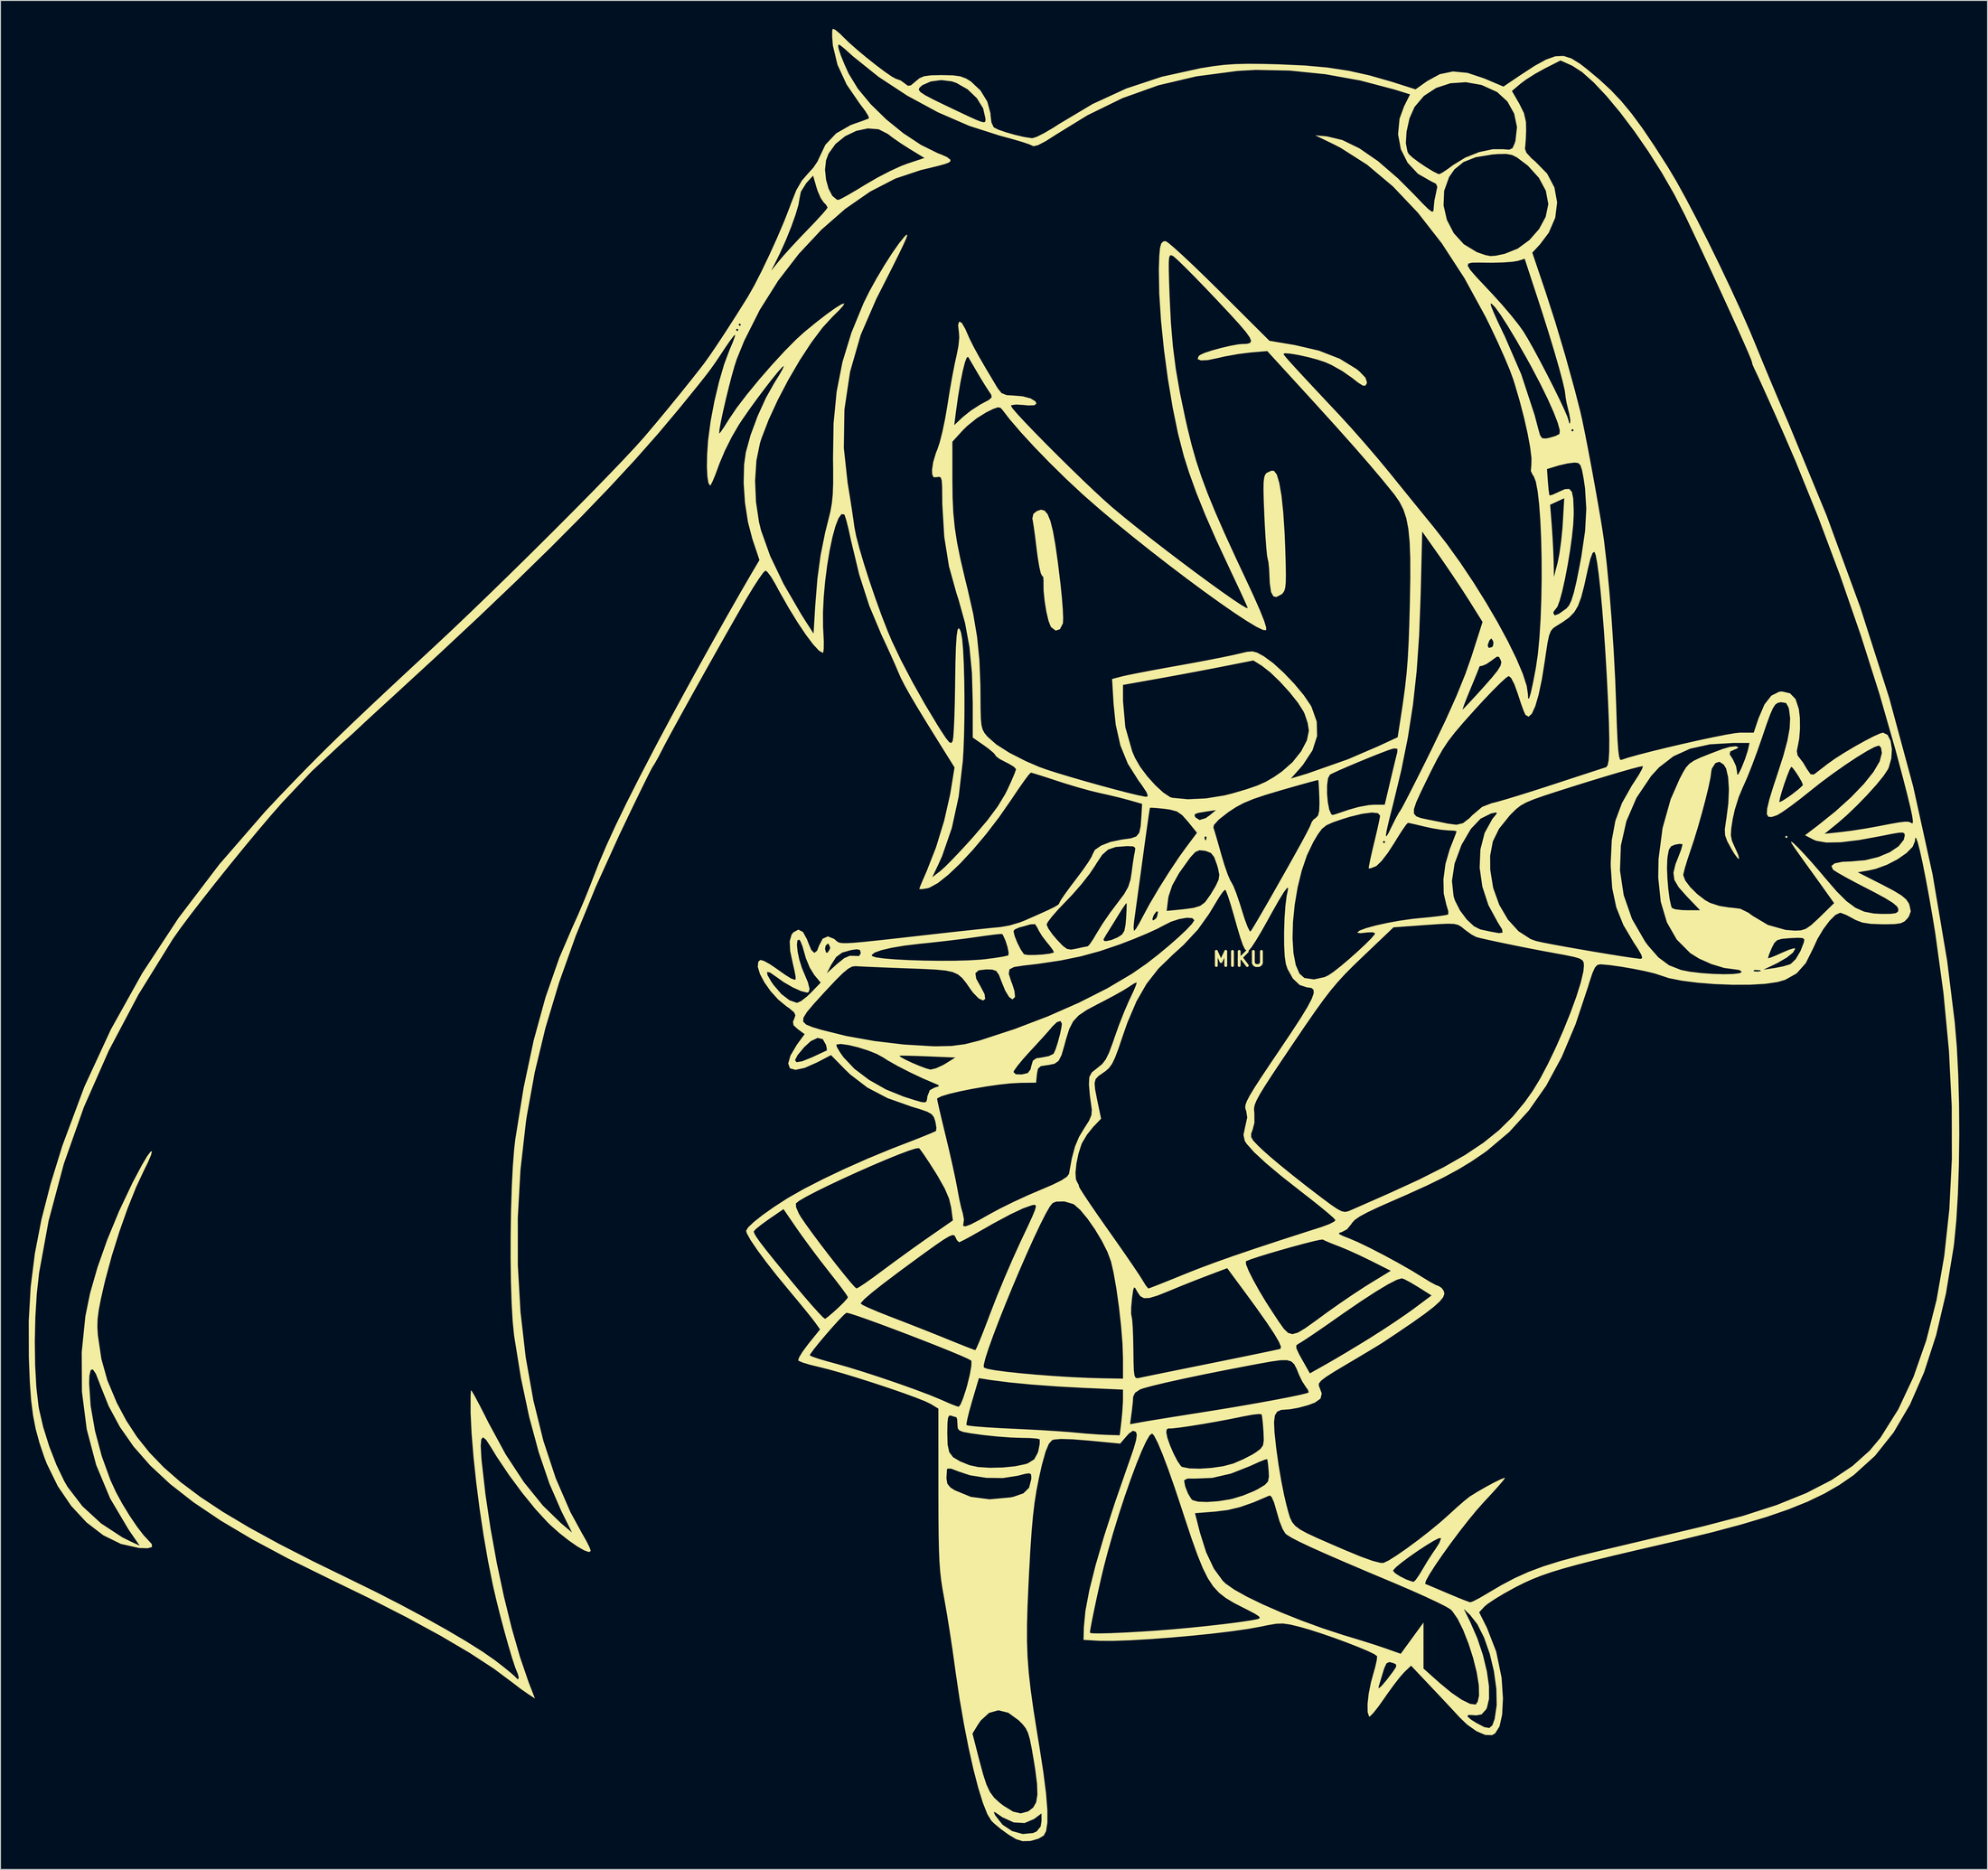
<source format=kicad_pcb>
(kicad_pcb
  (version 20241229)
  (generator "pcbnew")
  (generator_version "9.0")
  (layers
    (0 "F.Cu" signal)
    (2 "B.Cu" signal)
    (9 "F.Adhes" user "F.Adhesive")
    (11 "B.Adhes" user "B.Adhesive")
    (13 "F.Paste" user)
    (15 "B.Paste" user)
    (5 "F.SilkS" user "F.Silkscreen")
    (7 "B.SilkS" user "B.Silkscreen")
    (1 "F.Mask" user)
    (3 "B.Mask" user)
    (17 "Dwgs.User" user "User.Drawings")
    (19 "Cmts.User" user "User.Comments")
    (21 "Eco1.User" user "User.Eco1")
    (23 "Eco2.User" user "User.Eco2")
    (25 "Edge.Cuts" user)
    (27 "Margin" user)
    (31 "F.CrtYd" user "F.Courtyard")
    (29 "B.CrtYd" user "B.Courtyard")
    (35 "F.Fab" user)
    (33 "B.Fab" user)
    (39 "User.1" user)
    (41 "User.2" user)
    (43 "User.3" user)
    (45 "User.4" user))
  (footprint "MIKU"
    (layer "F.Cu")
    (at 128.406 98.735)
    (property "Reference" "MIKU" (at 0 0 0) (layer "F.SilkS") (effects (font (size 1.5 1.5) (thickness 0.3))))
    (attr board_only exclude_from_pos_files exclude_from_bom)
    (fp_poly (pts (xy 58.231 -12.973) (xy 58.096 -12.837) (xy 57.961 -12.973) (xy 58.096 -13.11)) (stroke (width 0) (type solid)) (fill yes) (layer "F.SilkS"))
    (fp_poly (pts (xy 3.726 -51.816) (xy 4.023 -51.429) (xy 4.29 -50.535) (xy 4.522 -49.173) (xy 4.712 -47.38) (xy 4.855 -45.196) (xy 4.916 -43.699) (xy 4.968 -42.023) (xy 4.989 -40.807) (xy 4.975 -39.965) (xy 4.918 -39.411) (xy 4.813 -39.061) (xy 4.654 -38.827) (xy 4.553 -38.728) (xy 3.981 -38.428) (xy 3.668 -38.497) (xy 3.416 -38.954) (xy 3.278 -39.928) (xy 3.255 -40.469) (xy 3.211 -41.417) (xy 3.136 -42.149) (xy 3.058 -42.476) (xy 2.992 -42.829) (xy 2.913 -43.627) (xy 2.829 -44.77) (xy 2.748 -46.157) (xy 2.708 -46.989) (xy 2.64 -48.629) (xy 2.611 -49.809) (xy 2.626 -50.613) (xy 2.688 -51.126) (xy 2.803 -51.433) (xy 2.943 -51.595) (xy 3.451 -51.831)) (stroke (width 0) (type solid)) (fill yes) (layer "F.SilkS"))
    (fp_poly (pts (xy -20.628 -47.603) (xy -20.3 -47.227) (xy -20.006 -46.521) (xy -19.733 -45.442) (xy -19.466 -43.945) (xy -19.192 -41.987) (xy -18.923 -39.772) (xy -18.781 -38.391) (xy -18.685 -37.16) (xy -18.645 -36.207) (xy -18.667 -35.656) (xy -18.673 -35.626) (xy -18.989 -35.008) (xy -19.441 -34.865) (xy -19.914 -35.226) (xy -19.97 -35.309) (xy -20.202 -35.913) (xy -20.425 -36.871) (xy -20.607 -37.994) (xy -20.719 -39.088) (xy -20.731 -39.964) (xy -20.721 -40.08) (xy -20.755 -40.557) (xy -20.889 -40.695) (xy -21.018 -40.948) (xy -21.176 -41.631) (xy -21.342 -42.631) (xy -21.454 -43.494) (xy -21.604 -44.716) (xy -21.746 -45.766) (xy -21.862 -46.505) (xy -21.914 -46.755) (xy -21.804 -47.252) (xy -21.445 -47.542) (xy -21.005 -47.694)) (stroke (width 0) (type solid)) (fill yes) (layer "F.SilkS"))
    (fp_poly (pts (xy -42.821 -98.621) (xy -42.325 -98.206) (xy -41.993 -97.874) (xy -41.335 -97.235) (xy -40.463 -96.466) (xy -39.478 -95.646) (xy -38.477 -94.853) (xy -37.561 -94.164) (xy -36.83 -93.66) (xy -36.381 -93.417) (xy -36.326 -93.406) (xy -35.871 -93.236) (xy -35.484 -92.952) (xy -35.117 -92.679) (xy -34.798 -92.727) (xy -34.32 -93.131) (xy -34.292 -93.157) (xy -33.868 -93.499) (xy -33.385 -93.698) (xy -32.69 -93.791) (xy -31.624 -93.816) (xy -31.506 -93.816) (xy -30.356 -93.789) (xy -29.564 -93.683) (xy -28.951 -93.456) (xy -28.434 -93.138) (xy -27.412 -92.177) (xy -26.685 -90.986) (xy -26.355 -89.741) (xy -26.346 -89.511) (xy -26.251 -88.783) (xy -26.02 -88.287) (xy -25.992 -88.261) (xy -25.526 -88.026) (xy -24.712 -87.744) (xy -23.735 -87.467) (xy -22.781 -87.246) (xy -22.034 -87.131) (xy -21.892 -87.125) (xy -21.438 -87.269) (xy -20.664 -87.658) (xy -19.697 -88.225) (xy -19.044 -88.644) (xy -15.525 -90.744) (xy -11.944 -92.392) (xy -8.171 -93.642) (xy -4.076 -94.543) (xy -4.053 -94.547) (xy -2.742 -94.758) (xy -1.564 -94.901) (xy -0.381 -94.985) (xy 0.949 -95.016) (xy 2.563 -95.002) (xy 4.188 -94.961) (xy 6.996 -94.834) (xy 9.432 -94.613) (xy 11.66 -94.273) (xy 13.845 -93.786) (xy 16.151 -93.128) (xy 16.611 -92.983) (xy 18.746 -92.301) (xy 19.968 -93.172) (xy 21.317 -93.911) (xy 22.718 -94.203) (xy 24.262 -94.051) (xy 26.039 -93.459) (xy 26.083 -93.44) (xy 28.074 -92.595) (xy 29.844 -93.791) (xy 31.382 -94.793) (xy 32.596 -95.463) (xy 33.584 -95.813) (xy 34.447 -95.85) (xy 35.281 -95.584) (xy 36.187 -95.025) (xy 36.907 -94.472) (xy 38.265 -93.338) (xy 39.465 -92.228) (xy 40.574 -91.059) (xy 41.661 -89.747) (xy 42.795 -88.211) (xy 44.043 -86.367) (xy 45.474 -84.134) (xy 45.613 -83.911) (xy 46.463 -82.476) (xy 47.475 -80.636) (xy 48.601 -78.491) (xy 49.792 -76.138) (xy 50.999 -73.676) (xy 52.174 -71.205) (xy 53.269 -68.822) (xy 54.234 -66.626) (xy 54.853 -65.139) (xy 55.532 -63.479) (xy 56.344 -61.527) (xy 57.203 -59.49) (xy 58.022 -57.574) (xy 58.295 -56.945) (xy 62.374 -47.054) (xy 65.942 -37.323) (xy 69.001 -27.745) (xy 71.555 -18.31) (xy 73.606 -9.009) (xy 75.156 0.168) (xy 75.962 6.691) (xy 76.18 9.298) (xy 76.332 12.235) (xy 76.419 15.383) (xy 76.443 18.621) (xy 76.402 21.828) (xy 76.299 24.885) (xy 76.133 27.67) (xy 75.905 30.062) (xy 75.838 30.589) (xy 75.027 35.494) (xy 73.987 39.908) (xy 72.714 43.833) (xy 71.209 47.274) (xy 69.47 50.233) (xy 67.494 52.714) (xy 65.281 54.721) (xy 65.162 54.81) (xy 63.72 55.8) (xy 62.134 56.715) (xy 60.349 57.573) (xy 58.313 58.395) (xy 55.972 59.2) (xy 53.272 60.007) (xy 50.159 60.837) (xy 46.58 61.708) (xy 45.396 61.983) (xy 42.363 62.684) (xy 39.802 63.288) (xy 37.655 63.812) (xy 35.865 64.271) (xy 34.375 64.683) (xy 33.126 65.065) (xy 32.063 65.433) (xy 31.128 65.803) (xy 30.264 66.194) (xy 29.413 66.62) (xy 29.261 66.7) (xy 28.124 67.329) (xy 27.118 67.936) (xy 26.373 68.44) (xy 26.067 68.698) (xy 25.497 69.312) (xy 26.331 70.981) (xy 27.306 73.491) (xy 27.878 76.253) (xy 28.023 78.452) (xy 27.936 80.179) (xy 27.659 81.419) (xy 27.195 82.161) (xy 26.864 82.352) (xy 26.14 82.33) (xy 25.219 81.934) (xy 24.22 81.229) (xy 23.45 80.49) (xy 22.824 79.812) (xy 21.956 78.882) (xy 20.981 77.844) (xy 20.35 77.176) (xy 18.273 74.981) (xy 17.571 75.647) (xy 17.103 76.172) (xy 16.451 77.008) (xy 15.728 78.007) (xy 15.433 78.436) (xy 14.797 79.333) (xy 14.265 80.003) (xy 13.913 80.357) (xy 13.821 80.382) (xy 13.665 79.91) (xy 13.654 79.055) (xy 13.775 77.957) (xy 13.916 77.253) (xy 14.817 77.253) (xy 14.857 77.382) (xy 15.164 77.109) (xy 15.696 76.478) (xy 16.354 75.614) (xy 16.685 75.106) (xy 16.681 74.852) (xy 16.459 74.726) (xy 15.967 74.591) (xy 15.662 74.737) (xy 15.42 75.267) (xy 15.291 75.682) (xy 15.048 76.494) (xy 14.854 77.136) (xy 14.817 77.253) (xy 13.916 77.253) (xy 14.016 76.755) (xy 14.203 76.074) (xy 14.468 75.126) (xy 14.636 74.374) (xy 14.669 73.977) (xy 14.668 73.973) (xy 14.383 73.763) (xy 13.684 73.426) (xy 12.671 72.999) (xy 11.444 72.52) (xy 10.104 72.027) (xy 8.75 71.559) (xy 7.484 71.153) (xy 6.45 70.858) (xy 5.444 70.615) (xy 4.691 70.505) (xy 3.972 70.527) (xy 3.069 70.679) (xy 2.397 70.822) (xy 1.022 71.073) (xy -0.746 71.327) (xy -2.797 71.573) (xy -5.017 71.802) (xy -7.294 72.003) (xy -9.515 72.168) (xy -11.568 72.286) (xy -13.341 72.347) (xy -14.72 72.342) (xy -14.997 72.329) (xy -16.483 72.24) (xy -16.462 71.489) (xy -15.807 71.489) (xy -15.548 71.544) (xy -14.807 71.557) (xy -13.642 71.529) (xy -12.111 71.462) (xy -10.27 71.358) (xy -9.006 71.276) (xy -7.218 71.139) (xy -5.308 70.967) (xy -3.39 70.771) (xy -1.578 70.565) (xy 0.016 70.362) (xy 1.278 70.174) (xy 1.987 70.039) (xy 2.222 69.935) (xy 2.15 69.761) (xy 1.712 69.471) (xy 0.854 69.022) (xy 0.501 68.846) (xy -0.533 68.314) (xy -1.389 67.799) (xy -2.107 67.236) (xy -2.727 66.56) (xy -3.289 65.707) (xy -3.834 64.612) (xy -4.401 63.211) (xy -5.033 61.44) (xy -5.767 59.233) (xy -5.91 58.796) (xy -4.654 58.796) (xy -4.136 60.84) (xy -3.47 62.952) (xy -2.65 64.685) (xy -1.711 65.971) (xy -1.39 66.277) (xy -0.473 66.92) (xy 0.877 67.671) (xy 2.571 68.492) (xy 4.522 69.345) (xy 6.641 70.192) (xy 8.84 70.995) (xy 11.03 71.716) (xy 11.754 71.935) (xy 13.044 72.326) (xy 14.363 72.745) (xy 15.459 73.111) (xy 15.614 73.165) (xy 17.176 73.719) (xy 18.383 72.062) (xy 19.59 70.404) (xy 19.59 72.844) (xy 19.59 75.284) (xy 21.337 76.843) (xy 22.556 77.85) (xy 23.645 78.594) (xy 24.527 79.028) (xy 25.123 79.106) (xy 25.13 79.104) (xy 25.339 78.806) (xy 25.481 78.191) (xy 25.486 78.141) (xy 25.461 77.05) (xy 25.238 75.683) (xy 24.859 74.168) (xy 24.367 72.632) (xy 23.805 71.203) (xy 23.216 70.01) (xy 22.641 69.181) (xy 22.433 68.986) (xy 22.394 68.962) (xy 23.869 68.962) (xy 24.543 70.328) (xy 25.302 72.074) (xy 25.9 73.864) (xy 26.319 75.598) (xy 26.54 77.175) (xy 26.546 78.495) (xy 26.319 79.46) (xy 26.224 79.631) (xy 25.752 80.149) (xy 25.159 80.257) (xy 24.971 80.235) (xy 24.357 80.201) (xy 24.245 80.356) (xy 24.636 80.704) (xy 25.197 81.056) (xy 26.042 81.5) (xy 26.57 81.595) (xy 26.898 81.314) (xy 27.142 80.638) (xy 27.358 79.175) (xy 27.323 77.444) (xy 27.067 75.582) (xy 26.624 73.726) (xy 26.026 72.011) (xy 25.304 70.575) (xy 24.54 69.599) (xy 23.869 68.962) (xy 22.394 68.962) (xy 21.94 68.693) (xy 21.035 68.238) (xy 19.806 67.662) (xy 18.343 67.007) (xy 16.735 66.315) (xy 16.348 66.152) (xy 13.485 64.948) (xy 13.384 64.905) (xy 16.357 64.905) (xy 16.574 65.161) (xy 17.108 65.505) (xy 17.772 65.835) (xy 18.374 66.05) (xy 18.551 66.081) (xy 18.772 65.872) (xy 19.154 65.319) (xy 19.466 64.797) (xy 20.032 63.854) (xy 20.623 62.944) (xy 20.863 62.604) (xy 21.257 61.98) (xy 21.436 61.517) (xy 21.432 61.437) (xy 21.194 61.466) (xy 20.631 61.754) (xy 19.85 62.228) (xy 18.956 62.816) (xy 18.055 63.446) (xy 17.253 64.046) (xy 16.656 64.543) (xy 16.368 64.865) (xy 16.357 64.905) (xy 13.384 64.905) (xy 11.095 63.928) (xy 9.143 63.079) (xy 7.6 62.386) (xy 6.433 61.834) (xy 5.611 61.409) (xy 5.102 61.096) (xy 4.937 60.961) (xy 4.636 60.463) (xy 4.302 59.617) (xy 4.017 58.637) (xy 3.734 57.657) (xy 3.468 57.059) (xy 3.268 56.917) (xy 1.537 57.657) (xy 0.101 58.158) (xy -1.201 58.466) (xy -2.523 58.629) (xy -4.654 58.796) (xy -5.91 58.796) (xy -6.055 58.349) (xy -6.816 56.064) (xy -7.065 55.355) (xy -5.81 55.355) (xy -5.689 55.977) (xy -5.401 56.703) (xy -5.059 57.274) (xy -4.914 57.413) (xy -4.33 57.573) (xy -3.376 57.61) (xy -2.208 57.528) (xy -0.983 57.334) (xy -0.656 57.261) (xy 0.461 56.92) (xy 1.587 56.461) (xy 2.046 56.228) (xy 2.752 55.8) (xy 3.095 55.434) (xy 3.188 54.936) (xy 3.164 54.349) (xy 3.098 53.602) (xy 3.026 53.129) (xy 2.999 53.058) (xy 2.733 53.123) (xy 2.111 53.374) (xy 1.265 53.76) (xy 1.204 53.789) (xy -0.845 54.596) (xy -2.832 55.052) (xy -4.615 55.125) (xy -4.622 55.125) (xy -5.467 55.127) (xy -5.803 55.309) (xy -5.81 55.355) (xy -7.065 55.355) (xy -7.506 54.103) (xy -8.108 52.509) (xy -8.607 51.322) (xy -8.986 50.584) (xy -9.204 50.339) (xy -9.461 50.528) (xy -9.84 51.175) (xy -10.32 52.214) (xy -10.874 53.577) (xy -11.478 55.198) (xy -12.109 57.009) (xy -12.743 58.945) (xy -13.354 60.937) (xy -13.918 62.919) (xy -14.318 64.441) (xy -14.577 65.519) (xy -14.865 66.78) (xy -15.154 68.1) (xy -15.418 69.357) (xy -15.632 70.426) (xy -15.77 71.186) (xy -15.807 71.489) (xy -16.462 71.489) (xy -16.445 70.874) (xy -16.281 69.165) (xy -15.872 66.997) (xy -15.216 64.368) (xy -14.311 61.27) (xy -13.158 57.7) (xy -11.753 53.653) (xy -11.627 53.302) (xy -11.169 51.969) (xy -10.909 51.059) (xy -10.828 50.491) (xy -10.906 50.204) (xy -7.701 50.204) (xy -7.588 50.791) (xy -7.301 51.612) (xy -6.915 52.498) (xy -6.507 53.281) (xy -6.154 53.793) (xy -6.028 53.891) (xy -5.252 54.045) (xy -4.137 54.074) (xy -2.869 53.99) (xy -1.633 53.807) (xy -0.614 53.535) (xy -0.576 53.521) (xy 0.432 53.089) (xy 1.384 52.599) (xy 1.799 52.344) (xy 2.301 51.967) (xy 2.56 51.604) (xy 2.642 51.074) (xy 2.612 50.194) (xy 2.607 50.101) (xy 2.54 49.206) (xy 2.531 49.132) (xy 3.733 49.132) (xy 3.78 50.201) (xy 3.942 51.715) (xy 3.991 52.111) (xy 4.217 53.704) (xy 4.498 55.36) (xy 4.796 56.865) (xy 5.029 57.852) (xy 5.235 58.641) (xy 5.418 59.25) (xy 5.644 59.732) (xy 5.979 60.14) (xy 6.49 60.523) (xy 7.243 60.936) (xy 8.304 61.43) (xy 9.739 62.057) (xy 11.164 62.673) (xy 12.891 63.39) (xy 14.189 63.858) (xy 15.043 64.073) (xy 15.352 64.073) (xy 15.901 63.811) (xy 16.763 63.269) (xy 17.84 62.52) (xy 19.034 61.637) (xy 20.245 60.693) (xy 21.376 59.761) (xy 22.297 58.941) (xy 23.142 58.168) (xy 23.908 57.503) (xy 24.454 57.066) (xy 24.531 57.013) (xy 25.321 56.522) (xy 26.202 56.016) (xy 27.051 55.559) (xy 27.747 55.215) (xy 28.167 55.049) (xy 28.237 55.058) (xy 28.061 55.313) (xy 27.583 55.878) (xy 26.873 56.669) (xy 26.006 57.605) (xy 25.987 57.625) (xy 25.205 58.505) (xy 24.32 59.581) (xy 23.387 60.777) (xy 22.457 62.02) (xy 21.587 63.232) (xy 20.828 64.339) (xy 20.235 65.267) (xy 19.862 65.938) (xy 19.763 66.279) (xy 19.786 66.303) (xy 20.115 66.439) (xy 20.815 66.733) (xy 21.755 67.133) (xy 22.157 67.305) (xy 23.16 67.725) (xy 23.975 68.052) (xy 24.474 68.234) (xy 24.554 68.254) (xy 24.889 68.135) (xy 25.538 67.797) (xy 26.322 67.338) (xy 27.846 66.439) (xy 29.282 65.682) (xy 30.734 65.029) (xy 32.305 64.441) (xy 34.099 63.879) (xy 36.219 63.305) (xy 38.768 62.68) (xy 38.776 62.679) (xy 40.872 62.182) (xy 43.087 61.657) (xy 45.27 61.139) (xy 47.27 60.665) (xy 48.936 60.27) (xy 49.314 60.18) (xy 53.447 59.098) (xy 57.069 57.931) (xy 60.204 56.665) (xy 62.876 55.29) (xy 65.111 53.793) (xy 66.932 52.162) (xy 68.081 50.787) (xy 69.966 47.786) (xy 71.587 44.332) (xy 72.943 40.453) (xy 74.031 36.175) (xy 74.847 31.525) (xy 75.39 26.53) (xy 75.656 21.216) (xy 75.643 15.61) (xy 75.349 9.738) (xy 74.77 3.628) (xy 73.904 -2.695) (xy 73.621 -4.431) (xy 73.238 -6.636) (xy 72.879 -8.575) (xy 72.553 -10.207) (xy 72.269 -11.491) (xy 72.037 -12.387) (xy 71.866 -12.855) (xy 71.765 -12.855) (xy 71.741 -12.524) (xy 71.5 -11.929) (xy 70.849 -11.265) (xy 69.905 -10.604) (xy 68.78 -10.019) (xy 67.587 -9.582) (xy 66.884 -9.421) (xy 65.674 -9.217) (xy 68.271 -7.899) (xy 69.489 -7.258) (xy 70.302 -6.762) (xy 70.803 -6.343) (xy 71.083 -5.931) (xy 71.153 -5.757) (xy 71.296 -5.07) (xy 71.098 -4.528) (xy 70.936 -4.311) (xy 70.624 -3.994) (xy 70.226 -3.808) (xy 69.602 -3.72) (xy 68.613 -3.698) (xy 68.3 -3.699) (xy 67.057 -3.743) (xy 66.171 -3.879) (xy 65.461 -4.145) (xy 65.155 -4.314) (xy 64.45 -4.688) (xy 63.9 -4.899) (xy 63.786 -4.916) (xy 63.297 -4.685) (xy 62.677 -4.068) (xy 62.013 -3.179) (xy 61.39 -2.133) (xy 60.931 -1.133) (xy 60.156 0.421) (xy 59.19 1.51) (xy 57.962 2.2) (xy 57.158 2.431) (xy 55.853 2.62) (xy 54.225 2.714) (xy 52.398 2.721) (xy 50.499 2.647) (xy 48.652 2.5) (xy 46.983 2.287) (xy 45.617 2.014) (xy 44.765 1.731) (xy 44.12 1.52) (xy 43.098 1.275) (xy 41.862 1.026) (xy 40.572 0.804) (xy 39.389 0.637) (xy 38.475 0.555) (xy 38.335 0.551) (xy 38.036 0.62) (xy 37.78 0.897) (xy 37.517 1.477) (xy 37.192 2.457) (xy 37.048 2.936) (xy 35.727 6.906) (xy 34.258 10.387) (xy 32.614 13.425) (xy 30.767 16.063) (xy 28.689 18.345) (xy 26.352 20.318) (xy 25.993 20.578) (xy 24.677 21.473) (xy 23.302 22.308) (xy 21.769 23.138) (xy 19.977 24.015) (xy 17.827 24.991) (xy 16.547 25.549) (xy 14.894 26.277) (xy 13.68 26.849) (xy 12.839 27.301) (xy 12.303 27.67) (xy 12.007 27.993) (xy 11.953 28.09) (xy 11.478 28.669) (xy 10.955 28.949) (xy 10.627 29.059) (xy 10.663 29.194) (xy 11.12 29.411) (xy 11.631 29.607) (xy 12.62 30.029) (xy 13.929 30.661) (xy 15.418 31.43) (xy 16.946 32.26) (xy 18.373 33.078) (xy 19.503 33.773) (xy 20.289 34.254) (xy 20.908 34.585) (xy 21.189 34.686) (xy 21.522 34.899) (xy 21.741 35.212) (xy 21.808 35.514) (xy 21.679 35.874) (xy 21.315 36.327) (xy 20.676 36.904) (xy 19.722 37.641) (xy 18.415 38.571) (xy 16.713 39.727) (xy 15.267 40.688) (xy 14.785 40.99) (xy 13.945 41.499) (xy 12.861 42.148) (xy 11.641 42.871) (xy 11.426 42.998) (xy 10.145 43.763) (xy 9.274 44.318) (xy 8.748 44.716) (xy 8.504 45.008) (xy 8.477 45.247) (xy 8.521 45.355) (xy 8.795 46.096) (xy 8.664 46.637) (xy 8.077 47.058) (xy 7.34 47.336) (xy 6.364 47.599) (xy 5.462 47.766) (xy 5.076 47.796) (xy 4.472 47.841) (xy 4.06 48.028) (xy 3.82 48.433) (xy 3.733 49.132) (xy 2.531 49.132) (xy 2.463 48.547) (xy 2.408 48.306) (xy 2.113 48.272) (xy 1.436 48.347) (xy 0.52 48.515) (xy 0.477 48.524) (xy -0.917 48.807) (xy -2.393 49.084) (xy -3.852 49.338) (xy -5.191 49.554) (xy -6.311 49.714) (xy -7.111 49.803) (xy -7.489 49.805) (xy -7.498 49.801) (xy -7.662 49.918) (xy -7.701 50.204) (xy -10.906 50.204) (xy -10.91 50.186) (xy -10.933 50.161) (xy -11.242 50.05) (xy -11.656 50.336) (xy -11.923 50.628) (xy -12.595 51.413) (xy -15.952 51.094) (xy -17.668 50.956) (xy -18.883 50.92) (xy -19.624 50.985) (xy -19.823 51.053) (xy -20.164 51.44) (xy -20.507 52.262) (xy -20.873 53.57) (xy -20.912 53.728) (xy -21.217 55.07) (xy -21.468 56.344) (xy -21.673 57.648) (xy -21.844 59.074) (xy -21.991 60.718) (xy -22.125 62.675) (xy -22.257 65.039) (xy -22.32 66.298) (xy -22.422 68.62) (xy -22.479 70.61) (xy -22.481 72.385) (xy -22.422 74.059) (xy -22.294 75.748) (xy -22.088 77.567) (xy -21.798 79.632) (xy -21.416 82.058) (xy -21.179 83.497) (xy -20.749 86.259) (xy -20.463 88.519) (xy -20.319 90.303) (xy -20.317 91.633) (xy -20.455 92.536) (xy -20.702 93.007) (xy -21.251 93.332) (xy -22.04 93.563) (xy -22.188 93.586) (xy -22.947 93.605) (xy -23.643 93.387) (xy -24.46 92.897) (xy -25.281 92.298) (xy -25.997 91.698) (xy -26.257 91.442) (xy -26.687 90.738) (xy -26.782 90.497) (xy -26.008 90.497) (xy -25.91 90.748) (xy -25.843 90.878) (xy -25.077 91.86) (xy -24.059 92.534) (xy -22.931 92.845) (xy -21.836 92.737) (xy -21.464 92.577) (xy -21.031 92.047) (xy -20.941 91.477) (xy -20.941 90.659) (xy -21.735 91.252) (xy -22.738 91.68) (xy -23.882 91.616) (xy -25.09 91.067) (xy -25.299 90.924) (xy -25.831 90.553) (xy -26.008 90.497) (xy -26.782 90.497) (xy -27.157 89.551) (xy -27.655 87.942) (xy -28.167 85.972) (xy -28.676 83.7) (xy -28.974 82.186) (xy -28.267 82.186) (xy -27.546 84.997) (xy -27.14 86.508) (xy -26.782 87.6) (xy -26.41 88.392) (xy -25.961 88.998) (xy -25.373 89.535) (xy -24.944 89.861) (xy -23.956 90.467) (xy -23.15 90.656) (xy -22.395 90.456) (xy -22.312 90.413) (xy -21.817 90.032) (xy -21.508 89.477) (xy -21.377 88.668) (xy -21.413 87.525) (xy -21.61 85.969) (xy -21.737 85.175) (xy -21.98 83.765) (xy -22.179 82.777) (xy -22.379 82.097) (xy -22.621 81.608) (xy -22.95 81.193) (xy -23.368 80.775) (xy -24.467 79.975) (xy -25.52 79.714) (xy -26.502 79.989) (xy -27.386 80.797) (xy -27.688 81.238) (xy -28.267 82.186) (xy -28.974 82.186) (xy -29.17 81.187) (xy -29.634 78.495) (xy -30.053 75.682) (xy -30.131 75.108) (xy -30.382 73.309) (xy -30.673 71.383) (xy -30.969 69.539) (xy -31.239 67.986) (xy -31.286 67.733) (xy -31.457 66.777) (xy -31.592 65.874) (xy -31.696 64.944) (xy -31.771 63.905) (xy -31.823 62.673) (xy -31.856 61.168) (xy -31.874 59.308) (xy -31.881 57.011) (xy -31.882 56.147) (xy -31.882 55.096) (xy -31.031 55.096) (xy -30.933 55.67) (xy -30.614 56.062) (xy -30.172 56.354) (xy -28.44 57.067) (xy -26.449 57.325) (xy -24.248 57.124) (xy -23.911 57.056) (xy -22.863 56.691) (xy -22.262 56.101) (xy -22.031 55.201) (xy -22.022 54.919) (xy -22.063 54.65) (xy -22.27 54.56) (xy -22.769 54.642) (xy -23.441 54.819) (xy -25.036 55.068) (xy -26.814 55.047) (xy -28.535 54.774) (xy -29.715 54.383) (xy -30.525 54.074) (xy -30.92 54.066) (xy -30.972 54.161) (xy -31.031 55.096) (xy -31.882 55.096) (xy -31.884 50.355) (xy -30.939 50.355) (xy -30.904 51.527) (xy -30.732 52.315) (xy -30.325 52.859) (xy -29.585 53.296) (xy -28.573 53.707) (xy -27.669 53.901) (xy -26.432 53.98) (xy -25.052 53.95) (xy -23.724 53.817) (xy -22.639 53.589) (xy -22.38 53.498) (xy -21.713 53.08) (xy -21.337 52.386) (xy -21.263 52.126) (xy -21.133 51.434) (xy -21.13 50.996) (xy -21.154 50.95) (xy -21.48 50.874) (xy -22.19 50.821) (xy -23.081 50.804) (xy -24.204 50.766) (xy -25.603 50.663) (xy -27.017 50.516) (xy -27.359 50.472) (xy -28.526 50.309) (xy -29.257 50.173) (xy -29.656 50.017) (xy -29.822 49.799) (xy -29.858 49.474) (xy -29.859 49.376) (xy -29.861 49.345) (xy -28.91 49.345) (xy -28.904 49.448) (xy -28.613 49.516) (xy -27.871 49.596) (xy -26.768 49.682) (xy -25.394 49.765) (xy -24.127 49.827) (xy -22.41 49.909) (xy -20.711 50.003) (xy -19.177 50.101) (xy -17.951 50.192) (xy -17.429 50.239) (xy -16.193 50.351) (xy -14.949 50.441) (xy -14.021 50.487) (xy -12.64 50.527) (xy -12.501 49.353) (xy -11.546 49.353) (xy -10.232 49.116) (xy -9.55 48.999) (xy -8.445 48.818) (xy -7.024 48.588) (xy -5.397 48.329) (xy -3.675 48.057) (xy -3.648 48.053) (xy -1.646 47.731) (xy 0.328 47.399) (xy 2.198 47.071) (xy 3.892 46.761) (xy 5.334 46.482) (xy 6.451 46.249) (xy 7.169 46.075) (xy 7.407 45.987) (xy 7.343 45.732) (xy 7.113 45.408) (xy 6.717 44.802) (xy 6.382 44.109) (xy 6.119 43.454) (xy 5.873 42.987) (xy 5.563 42.692) (xy 5.104 42.557) (xy 4.413 42.565) (xy 3.408 42.704) (xy 2.003 42.957) (xy 0.914 43.162) (xy -1.531 43.633) (xy -3.82 44.092) (xy -5.888 44.526) (xy -7.665 44.92) (xy -9.087 45.259) (xy -10.086 45.528) (xy -10.471 45.657) (xy -11.011 46.017) (xy -11.214 46.425) (xy -11.25 46.981) (xy -11.339 47.808) (xy -11.38 48.126) (xy -11.546 49.353) (xy -12.501 49.353) (xy -12.47 49.093) (xy -12.368 48.04) (xy -12.305 47.03) (xy -12.297 46.672) (xy -12.295 45.684) (xy -16.551 45.495) (xy -19.365 45.342) (xy -22.019 45.146) (xy -24.392 44.915) (xy -26.364 44.661) (xy -26.627 44.62) (xy -27.584 44.467) (xy -28.297 46.871) (xy -28.599 47.943) (xy -28.813 48.809) (xy -28.91 49.345) (xy -29.861 49.345) (xy -29.894 48.826) (xy -29.972 48.615) (xy -30.289 48.53) (xy -30.512 48.449) (xy -30.73 48.436) (xy -30.86 48.669) (xy -30.922 49.247) (xy -30.939 50.267) (xy -30.939 50.355) (xy -31.884 50.355) (xy -31.885 47.702) (xy -32.696 47.206) (xy -33.29 46.921) (xy -34.301 46.521) (xy -35.628 46.037) (xy -37.169 45.505) (xy -38.823 44.957) (xy -40.486 44.428) (xy -42.057 43.951) (xy -43.435 43.56) (xy -44.518 43.289) (xy -44.519 43.289) (xy -45.521 43.043) (xy -46.302 42.805) (xy -46.725 42.62) (xy -46.758 42.588) (xy -46.671 42.276) (xy -46.527 42.039) (xy -45.531 42.039) (xy -45.287 42.175) (xy -44.632 42.402) (xy -43.68 42.684) (xy -43.031 42.858) (xy -41.606 43.259) (xy -39.893 43.785) (xy -38.025 44.394) (xy -36.133 45.039) (xy -34.346 45.677) (xy -32.796 46.262) (xy -31.613 46.749) (xy -31.465 46.816) (xy -30.633 47.181) (xy -29.989 47.431) (xy -29.723 47.505) (xy -29.537 47.267) (xy -29.265 46.617) (xy -28.955 45.674) (xy -28.813 45.178) (xy -28.544 44.075) (xy -28.391 43.202) (xy -28.387 43.084) (xy -27.073 43.084) (xy -27.058 43.343) (xy -26.676 43.481) (xy -25.838 43.634) (xy -24.63 43.794) (xy -23.134 43.954) (xy -21.437 44.106) (xy -19.622 44.243) (xy -17.775 44.356) (xy -15.978 44.438) (xy -14.524 44.479) (xy -12.295 44.518) (xy -12.295 42.347) (xy -12.349 40.792) (xy -12.498 38.933) (xy -12.639 37.662) (xy -11.432 37.662) (xy -11.384 37.905) (xy -11.32 38.266) (xy -11.263 39.054) (xy -11.218 40.152) (xy -11.195 41.367) (xy -11.177 42.728) (xy -11.144 43.632) (xy -11.08 44.166) (xy -10.966 44.417) (xy -10.785 44.475) (xy -10.58 44.44) (xy -10.166 44.353) (xy -9.298 44.174) (xy -8.054 43.92) (xy -6.51 43.606) (xy -4.743 43.248) (xy -2.972 42.89) (xy -1.082 42.506) (xy 0.642 42.154) (xy 2.127 41.848) (xy 3.298 41.603) (xy 4.083 41.435) (xy 4.404 41.36) (xy 4.47 41.146) (xy 4.412 41.001) (xy 6.088 41.001) (xy 6.112 41.323) (xy 6.386 41.918) (xy 6.698 42.483) (xy 7.537 43.959) (xy 9.308 42.963) (xy 10.278 42.404) (xy 11.529 41.661) (xy 12.885 40.841) (xy 13.916 40.207) (xy 15.248 39.36) (xy 16.628 38.448) (xy 17.868 37.597) (xy 18.6 37.07) (xy 20.446 35.693) (xy 19.005 34.786) (xy 18.209 34.31) (xy 17.581 33.979) (xy 17.291 33.873) (xy 16.758 34.03) (xy 15.833 34.503) (xy 14.553 35.271) (xy 12.951 36.312) (xy 11.062 37.605) (xy 10.515 37.99) (xy 9.236 38.885) (xy 8.089 39.674) (xy 7.156 40.301) (xy 6.52 40.71) (xy 6.284 40.842) (xy 6.088 41.001) (xy 4.412 41.001) (xy 4.257 40.617) (xy 3.75 39.753) (xy 2.936 38.53) (xy 1.802 36.927) (xy 0.62 35.311) (xy -1.238 32.796) (xy -3.321 33.582) (xy -4.668 34.103) (xy -6.157 34.697) (xy -7.4 35.21) (xy -8.643 35.707) (xy -9.503 35.963) (xy -10.077 35.979) (xy -10.467 35.76) (xy -10.772 35.308) (xy -10.773 35.306) (xy -10.993 34.908) (xy -11.128 34.841) (xy -11.225 35.172) (xy -11.334 35.969) (xy -11.35 36.104) (xy -11.429 36.992) (xy -11.432 37.662) (xy -12.639 37.662) (xy -12.719 36.947) (xy -12.991 35.005) (xy -13.293 33.283) (xy -13.566 32.091) (xy -13.946 31.068) (xy -14.544 29.884) (xy -15.278 28.665) (xy -16.065 27.537) (xy -16.821 26.625) (xy -17.464 26.055) (xy -17.601 25.979) (xy -18.522 25.714) (xy -19.378 25.732) (xy -19.759 25.882) (xy -20.061 26.258) (xy -20.515 27.052) (xy -21.092 28.194) (xy -21.762 29.613) (xy -22.496 31.237) (xy -23.263 32.996) (xy -24.034 34.817) (xy -24.778 36.63) (xy -25.468 38.364) (xy -26.071 39.948) (xy -26.56 41.31) (xy -26.904 42.379) (xy -27.073 43.084) (xy -28.387 43.084) (xy -28.375 42.681) (xy -28.408 42.601) (xy -28.748 42.412) (xy -29.504 42.073) (xy -30.592 41.619) (xy -31.929 41.079) (xy -33.432 40.487) (xy -35.019 39.873) (xy -36.606 39.27) (xy -38.11 38.709) (xy -39.448 38.223) (xy -40.538 37.843) (xy -41.297 37.6) (xy -41.64 37.527) (xy -41.645 37.528) (xy -41.936 37.772) (xy -42.467 38.322) (xy -43.145 39.071) (xy -43.876 39.912) (xy -44.57 40.738) (xy -45.132 41.441) (xy -45.472 41.913) (xy -45.531 42.039) (xy -46.527 42.039) (xy -46.306 41.676) (xy -45.74 40.909) (xy -45.671 40.822) (xy -44.438 39.293) (xy -44.96 38.56) (xy -45.334 38.072) (xy -45.972 37.278) (xy -46.787 36.285) (xy -47.69 35.201) (xy -47.735 35.148) (xy -49.038 33.565) (xy -50.178 32.111) (xy -51.114 30.845) (xy -51.803 29.826) (xy -52.202 29.113) (xy -52.265 28.9) (xy -51.476 28.9) (xy -51.411 29.12) (xy -51.195 29.491) (xy -50.79 30.062) (xy -50.161 30.879) (xy -49.271 31.99) (xy -48.083 33.442) (xy -47.331 34.355) (xy -46.306 35.58) (xy -45.394 36.639) (xy -44.652 37.468) (xy -44.137 38.003) (xy -43.907 38.179) (xy -43.907 38.179) (xy -43.609 37.964) (xy -43.056 37.495) (xy -42.591 37.077) (xy -42.052 36.555) (xy -40.127 36.555) (xy -39.889 36.719) (xy -39.239 37.027) (xy -38.274 37.437) (xy -37.089 37.907) (xy -36.952 37.959) (xy -35.359 38.574) (xy -33.594 39.266) (xy -31.911 39.936) (xy -30.939 40.33) (xy -29.798 40.792) (xy -28.852 41.168) (xy -28.205 41.416) (xy -27.967 41.496) (xy -27.83 41.256) (xy -27.543 40.592) (xy -27.141 39.591) (xy -26.659 38.341) (xy -26.387 37.616) (xy -25.7 35.848) (xy -24.867 33.831) (xy -23.99 31.801) (xy -23.169 29.995) (xy -23.094 29.837) (xy -22.404 28.378) (xy -21.928 27.342) (xy -21.646 26.662) (xy -21.537 26.269) (xy -21.581 26.097) (xy -21.757 26.076) (xy -21.972 26.121) (xy -22.914 26.455) (xy -24.277 27.1) (xy -26.043 28.046) (xy -27.453 28.85) (xy -28.394 29.385) (xy -29.155 29.796) (xy -29.616 30.02) (xy -29.691 30.043) (xy -29.92 29.821) (xy -30.077 29.494) (xy -30.185 29.319) (xy -30.384 29.28) (xy -30.735 29.411) (xy -31.303 29.748) (xy -32.15 30.325) (xy -33.34 31.178) (xy -33.994 31.653) (xy -36.104 33.205) (xy -37.766 34.462) (xy -38.984 35.426) (xy -39.763 36.102) (xy -40.108 36.493) (xy -40.127 36.555) (xy -42.052 36.555) (xy -41.98 36.486) (xy -41.576 36.04) (xy -41.478 35.879) (xy -41.637 35.609) (xy -42.071 35.007) (xy -42.713 34.163) (xy -43.457 33.215) (xy -44.441 31.949) (xy -45.48 30.568) (xy -46.421 29.277) (xy -46.877 28.628) (xy -48.318 26.53) (xy -49.897 27.614) (xy -50.676 28.176) (xy -51.241 28.633) (xy -51.474 28.892) (xy -51.476 28.9) (xy -52.265 28.9) (xy -52.286 28.829) (xy -52.065 28.462) (xy -51.451 27.881) (xy -50.522 27.148) (xy -49.354 26.32) (xy -48.744 25.925) (xy -47.004 25.925) (xy -46.983 26.329) (xy -46.698 26.994) (xy -46.46 27.396) (xy -45.939 28.157) (xy -45.233 29.132) (xy -44.407 30.237) (xy -43.526 31.39) (xy -42.655 32.506) (xy -41.858 33.502) (xy -41.201 34.296) (xy -40.748 34.804) (xy -40.574 34.949) (xy -40.279 34.799) (xy -39.649 34.383) (xy -38.781 33.767) (xy -37.872 33.095) (xy -36.515 32.089) (xy -34.965 30.964) (xy -33.476 29.903) (xy -32.872 29.481) (xy -30.346 27.73) (xy -30.525 26.368) (xy -30.748 25.425) (xy -31.211 24.339) (xy -31.969 22.995) (xy -32.214 22.599) (xy -32.859 21.588) (xy -33.411 20.759) (xy -33.798 20.216) (xy -33.935 20.06) (xy -34.29 20.095) (xy -35.049 20.335) (xy -36.131 20.742) (xy -37.454 21.28) (xy -38.939 21.912) (xy -40.502 22.603) (xy -42.064 23.315) (xy -43.543 24.013) (xy -44.858 24.66) (xy -45.928 25.219) (xy -46.671 25.654) (xy -47.004 25.925) (xy -48.744 25.925) (xy -48.023 25.458) (xy -47.766 25.3) (xy -46.117 24.366) (xy -44.082 23.325) (xy -41.792 22.238) (xy -39.376 21.166) (xy -36.962 20.169) (xy -35.998 19.793) (xy -34.675 19.283) (xy -33.54 18.834) (xy -32.684 18.484) (xy -32.202 18.27) (xy -32.132 18.229) (xy -32.096 17.894) (xy -32.199 17.27) (xy -32.216 17.204) (xy -32.36 16.768) (xy -32.602 16.456) (xy -33.055 16.198) (xy -33.831 15.923) (xy -34.72 15.657) (xy -37.278 14.751) (xy -39.416 13.631) (xy -41.231 12.243) (xy -41.77 11.723) (xy -43.278 10.186) (xy -44.742 10.952) (xy -46.078 11.543) (xy -47.049 11.748) (xy -47.635 11.585) (xy -47.819 11.075) (xy -47.721 10.727) (xy -47.099 10.727) (xy -46.93 10.941) (xy -46.323 10.836) (xy -45.276 10.414) (xy -45.065 10.316) (xy -44.332 9.972) (xy -43.839 9.743) (xy -43.718 9.689) (xy -43.731 9.451) (xy -43.81 9.095) (xy -43.818 9.081) (xy -42.716 9.081) (xy -42.641 9.353) (xy -42.308 9.912) (xy -41.955 10.412) (xy -40.793 11.641) (xy -39.245 12.812) (xy -37.459 13.826) (xy -35.589 14.584) (xy -35.578 14.588) (xy -34.443 14.95) (xy -33.727 15.157) (xy -33.328 15.207) (xy -33.146 15.099) (xy -33.081 14.831) (xy -33.08 14.825) (xy -32.02 14.825) (xy -31.958 15.158) (xy -31.788 15.919) (xy -31.534 17.006) (xy -31.219 18.316) (xy -31.103 18.791) (xy -30.731 20.349) (xy -30.378 21.909) (xy -30.08 23.3) (xy -29.875 24.353) (xy -29.859 24.444) (xy -29.661 25.497) (xy -29.458 26.407) (xy -29.297 26.967) (xy -29.172 27.616) (xy -29.219 27.991) (xy -29.259 28.301) (xy -29.023 28.363) (xy -28.465 28.162) (xy -27.538 27.684) (xy -26.575 27.135) (xy -25.403 26.5) (xy -23.934 25.774) (xy -22.377 25.057) (xy -21.251 24.576) (xy -19.807 23.959) (xy -18.824 23.476) (xy -18.249 23.097) (xy -18.026 22.791) (xy -18.023 22.773) (xy -18.001 22.656) (xy -17.335 22.656) (xy -17.292 23.358) (xy -17.201 23.574) (xy -16.986 23.977) (xy -16.979 24.097) (xy -16.842 24.37) (xy -16.434 25.015) (xy -15.803 25.962) (xy -14.994 27.141) (xy -14.056 28.482) (xy -13.872 28.74) (xy -12.871 30.161) (xy -11.949 31.487) (xy -11.165 32.632) (xy -10.576 33.512) (xy -10.24 34.042) (xy -10.224 34.07) (xy -9.87 34.643) (xy -9.622 34.939) (xy -9.593 34.95) (xy -9.307 34.851) (xy -8.614 34.582) (xy -7.604 34.18) (xy -6.37 33.681) (xy -5.81 33.452) (xy -4.289 32.849) (xy -2.582 32.211) (xy -2.213 32.08) (xy 0.736 32.08) (xy 0.764 32.4) (xy 1.04 33.083) (xy 1.517 34.037) (xy 2.145 35.169) (xy 2.876 36.387) (xy 3.565 37.456) (xy 4.249 38.492) (xy 4.77 39.227) (xy 5.22 39.662) (xy 5.688 39.798) (xy 6.262 39.636) (xy 7.034 39.176) (xy 8.093 38.421) (xy 9.327 37.516) (xy 10.623 36.598) (xy 12.03 35.638) (xy 13.34 34.779) (xy 14.004 34.363) (xy 16.119 33.074) (xy 14.004 32.009) (xy 12.834 31.441) (xy 11.653 30.905) (xy 10.685 30.501) (xy 10.538 30.446) (xy 9.723 30.13) (xy 9.11 29.864) (xy 8.917 29.759) (xy 8.609 29.787) (xy 7.895 29.944) (xy 6.885 30.2) (xy 5.69 30.522) (xy 4.419 30.88) (xy 3.183 31.243) (xy 2.093 31.579) (xy 1.258 31.857) (xy 0.789 32.046) (xy 0.736 32.08) (xy -2.213 32.08) (xy -0.629 31.517) (xy 1.634 30.746) (xy 4.268 29.875) (xy 7.333 28.885) (xy 8.782 28.422) (xy 9.579 28.128) (xy 10.111 27.855) (xy 10.25 27.701) (xy 10.039 27.46) (xy 9.467 26.954) (xy 8.608 26.243) (xy 7.533 25.388) (xy 6.737 24.772) (xy 4.567 23.067) (xy 2.861 21.639) (xy 1.618 20.486) (xy 0.836 19.609) (xy 0.624 19.284) (xy 0.49 18.648) (xy 0.515 18.528) (xy 1.304 18.528) (xy 1.305 18.883) (xy 1.533 19.269) (xy 2.052 19.812) (xy 2.595 20.327) (xy 3.346 20.994) (xy 4.411 21.888) (xy 5.668 22.908) (xy 6.997 23.957) (xy 7.535 24.373) (xy 8.828 25.36) (xy 9.768 26.059) (xy 10.432 26.508) (xy 10.899 26.751) (xy 11.244 26.826) (xy 11.546 26.776) (xy 11.847 26.656) (xy 12.418 26.406) (xy 13.358 25.993) (xy 14.54 25.473) (xy 15.837 24.9) (xy 15.943 24.854) (xy 19.078 23.417) (xy 21.75 22.072) (xy 24.022 20.774) (xy 25.955 19.481) (xy 27.61 18.147) (xy 29.048 16.729) (xy 30.33 15.184) (xy 31.195 13.963) (xy 31.972 12.681) (xy 32.8 11.115) (xy 33.638 9.365) (xy 34.445 7.528) (xy 35.181 5.706) (xy 35.806 3.996) (xy 36.277 2.499) (xy 36.556 1.312) (xy 36.614 0.735) (xy 36.595 0.391) (xy 36.478 0.141) (xy 36.176 -0.053) (xy 35.601 -0.229) (xy 34.664 -0.424) (xy 33.371 -0.66) (xy 32.06 -0.903) (xy 30.599 -1.186) (xy 29.106 -1.486) (xy 27.697 -1.777) (xy 26.49 -2.036) (xy 25.602 -2.239) (xy 25.196 -2.346) (xy 24.68 -2.617) (xy 24.029 -3.087) (xy 23.922 -3.176) (xy 23.574 -3.457) (xy 23.243 -3.64) (xy 22.819 -3.737) (xy 22.193 -3.759) (xy 21.255 -3.718) (xy 19.897 -3.625) (xy 19.767 -3.616) (xy 16.411 -3.376) (xy 13.14 -0.261) (xy 12.123 0.72) (xy 11.259 1.591) (xy 10.487 2.431) (xy 9.74 3.322) (xy 8.955 4.343) (xy 8.068 5.575) (xy 7.013 7.099) (xy 5.728 8.994) (xy 5.668 9.084) (xy 4.423 10.934) (xy 3.453 12.392) (xy 2.727 13.516) (xy 2.211 14.362) (xy 1.875 14.989) (xy 1.686 15.452) (xy 1.611 15.81) (xy 1.619 16.12) (xy 1.642 16.264) (xy 1.651 17.369) (xy 1.466 18.075) (xy 1.304 18.528) (xy 0.515 18.528) (xy 0.682 17.733) (xy 0.688 17.713) (xy 0.888 16.8) (xy 0.777 16.099) (xy 0.739 16.01) (xy 0.673 15.773) (xy 0.698 15.478) (xy 0.847 15.066) (xy 1.152 14.481) (xy 1.644 13.666) (xy 2.357 12.564) (xy 3.322 11.117) (xy 4.302 9.665) (xy 5.586 7.753) (xy 6.572 6.238) (xy 7.28 5.077) (xy 7.729 4.223) (xy 7.939 3.634) (xy 7.929 3.264) (xy 7.72 3.069) (xy 7.332 3.005) (xy 7.252 3.004) (xy 6.459 2.75) (xy 5.729 2.057) (xy 5.16 1.035) (xy 4.986 0.509) (xy 4.866 -0.292) (xy 4.805 -1.473) (xy 4.802 -2.198) (xy 5.696 -2.198) (xy 5.792 -0.653) (xy 6.035 0.62) (xy 6.43 1.537) (xy 6.952 2.002) (xy 7.969 2.153) (xy 9.098 1.905) (xy 9.515 1.707) (xy 10.06 1.338) (xy 10.82 0.738) (xy 11.697 -0.004) (xy 12.592 -0.8) (xy 13.409 -1.562) (xy 14.047 -2.201) (xy 14.409 -2.628) (xy 14.456 -2.733) (xy 14.223 -2.85) (xy 13.649 -2.835) (xy 13.511 -2.815) (xy 12.89 -2.754) (xy 12.575 -2.802) (xy 12.565 -2.824) (xy 12.815 -3.033) (xy 13.495 -3.288) (xy 14.498 -3.564) (xy 15.719 -3.835) (xy 17.05 -4.079) (xy 18.385 -4.269) (xy 19.14 -4.347) (xy 20.343 -4.462) (xy 21.335 -4.579) (xy 21.999 -4.684) (xy 22.217 -4.748) (xy 22.226 -5.077) (xy 22.049 -5.67) (xy 22.028 -5.721) (xy 21.739 -6.958) (xy 21.712 -8.3) (xy 22.611 -8.3) (xy 22.785 -6.667) (xy 22.93 -6.216) (xy 23.461 -5.168) (xy 24.175 -4.212) (xy 24.947 -3.49) (xy 25.614 -3.154) (xy 26.367 -2.992) (xy 26.751 -2.91) (xy 27.602 -2.758) (xy 27.981 -2.816) (xy 27.937 -3.152) (xy 27.52 -3.832) (xy 27.479 -3.892) (xy 26.478 -5.735) (xy 25.834 -7.707) (xy 25.55 -9.706) (xy 25.603 -10.977) (xy 26.664 -10.977) (xy 26.672 -9.494) (xy 26.984 -7.56) (xy 27.628 -5.765) (xy 28.545 -4.201) (xy 29.677 -2.957) (xy 30.965 -2.126) (xy 31.534 -1.922) (xy 32.151 -1.783) (xy 33.184 -1.581) (xy 34.518 -1.336) (xy 36.04 -1.067) (xy 37.635 -0.793) (xy 39.191 -0.535) (xy 40.593 -0.31) (xy 41.728 -0.14) (xy 42.482 -0.043) (xy 42.624 -0.03) (xy 42.801 -0.113) (xy 42.718 -0.443) (xy 42.347 -1.088) (xy 41.913 -1.746) (xy 40.797 -3.628) (xy 40.047 -5.501) (xy 39.616 -7.526) (xy 39.489 -9.413) (xy 40.439 -9.413) (xy 40.832 -6.798) (xy 41.715 -4.266) (xy 43.091 -1.882) (xy 43.409 -1.45) (xy 44.517 -0.186) (xy 45.638 0.649) (xy 46.928 1.153) (xy 47.87 1.339) (xy 49.068 1.48) (xy 50.308 1.567) (xy 51.473 1.6) (xy 52.449 1.578) (xy 53.119 1.5) (xy 53.367 1.366) (xy 53.274 1.284) (xy 54.617 1.284) (xy 54.988 1.322) (xy 55.372 1.28) (xy 55.326 1.185) (xy 54.773 1.149) (xy 54.651 1.185) (xy 54.617 1.284) (xy 53.274 1.284) (xy 53.135 1.163) (xy 52.839 1.119) (xy 55.664 1.119) (xy 56.88 0.937) (xy 57.732 0.772) (xy 58.413 0.573) (xy 58.566 0.506) (xy 59.084 0.007) (xy 59.594 -0.858) (xy 59.95 -1.775) (xy 60.002 -2.078) (xy 59.842 -2.23) (xy 59.359 -2.267) (xy 58.545 -2.231) (xy 57.651 -2.16) (xy 57.129 -2.016) (xy 56.811 -1.709) (xy 56.53 -1.153) (xy 56.266 -0.514) (xy 56.152 -0.132) (xy 56.157 -0.094) (xy 56.418 -0.16) (xy 57.022 -0.405) (xy 57.634 -0.681) (xy 58.387 -1) (xy 58.897 -1.151) (xy 59.041 -1.122) (xy 58.802 -0.7) (xy 58.147 -0.169) (xy 57.17 0.399) (xy 56.875 0.544) (xy 55.664 1.119) (xy 52.839 1.119) (xy 52.666 1.092) (xy 51.498 0.936) (xy 50.139 0.523) (xy 48.821 -0.063) (xy 47.889 -0.647) (xy 46.463 -2.08) (xy 45.424 -3.892) (xy 44.768 -6.085) (xy 44.498 -8.66) (xy 44.515 -9.664) (xy 45.43 -9.664) (xy 45.473 -8.556) (xy 45.571 -7.403) (xy 45.708 -6.376) (xy 45.869 -5.64) (xy 45.955 -5.431) (xy 46.288 -5.294) (xy 46.98 -5.207) (xy 47.521 -5.189) (xy 48.939 -5.189) (xy 47.505 -6.686) (xy 46.664 -7.635) (xy 46.212 -8.409) (xy 46.147 -8.908) (xy 47.152 -8.908) (xy 47.361 -8.349) (xy 47.901 -7.634) (xy 48.646 -6.895) (xy 49.468 -6.264) (xy 49.987 -5.972) (xy 50.993 -5.643) (xy 52.074 -5.474) (xy 52.247 -5.468) (xy 53.208 -5.348) (xy 54.062 -4.928) (xy 54.488 -4.611) (xy 56.133 -3.631) (xy 58.008 -3.103) (xy 58.992 -3.023) (xy 59.63 -3.051) (xy 60.152 -3.213) (xy 60.707 -3.591) (xy 61.446 -4.266) (xy 61.659 -4.474) (xy 63.16 -5.944) (xy 62.249 -7.223) (xy 61.612 -8.115) (xy 60.828 -9.205) (xy 60.094 -10.223) (xy 59.47 -11.094) (xy 58.959 -11.826) (xy 58.657 -12.281) (xy 58.633 -12.321) (xy 58.592 -12.491) (xy 58.847 -12.307) (xy 59.342 -11.829) (xy 60.02 -11.115) (xy 60.824 -10.225) (xy 61.696 -9.218) (xy 62.212 -8.603) (xy 63.447 -7.174) (xy 64.485 -6.144) (xy 65.422 -5.452) (xy 66.353 -5.038) (xy 67.374 -4.841) (xy 68.196 -4.799) (xy 69.16 -4.806) (xy 69.701 -4.875) (xy 69.937 -5.039) (xy 69.985 -5.293) (xy 69.847 -5.585) (xy 69.398 -5.967) (xy 68.583 -6.474) (xy 67.347 -7.142) (xy 66.683 -7.483) (xy 65.444 -8.125) (xy 64.363 -8.707) (xy 63.543 -9.174) (xy 63.083 -9.469) (xy 63.038 -9.507) (xy 62.878 -9.887) (xy 63.224 -10.166) (xy 64.05 -10.331) (xy 65.011 -10.374) (xy 66.481 -10.501) (xy 67.869 -10.842) (xy 69.076 -11.348) (xy 70.003 -11.972) (xy 70.553 -12.665) (xy 70.661 -13.125) (xy 70.623 -13.335) (xy 70.443 -13.434) (xy 70.021 -13.419) (xy 69.255 -13.289) (xy 68.269 -13.089) (xy 65.826 -12.639) (xy 63.859 -12.401) (xy 62.347 -12.374) (xy 61.269 -12.557) (xy 60.96 -12.686) (xy 60.076 -13.148) (xy 61.401 -14.153) (xy 63.3 -15.677) (xy 64.953 -17.171) (xy 66.316 -18.587) (xy 67.346 -19.875) (xy 67.998 -20.985) (xy 68.229 -21.867) (xy 68.229 -21.877) (xy 68.139 -22.44) (xy 67.928 -22.669) (xy 67.448 -22.511) (xy 66.629 -22.074) (xy 65.556 -21.416) (xy 64.317 -20.595) (xy 62.999 -19.666) (xy 61.687 -18.688) (xy 60.67 -17.882) (xy 59.559 -16.997) (xy 58.528 -16.218) (xy 57.686 -15.623) (xy 57.137 -15.291) (xy 57.094 -15.271) (xy 56.544 -15.085) (xy 56.188 -15.105) (xy 56.026 -15.383) (xy 56.057 -15.972) (xy 56.23 -16.699) (xy 57.35 -16.699) (xy 57.369 -16.66) (xy 57.693 -16.81) (xy 58.286 -17.194) (xy 58.718 -17.503) (xy 59.358 -18.005) (xy 59.769 -18.378) (xy 59.852 -18.495) (xy 59.726 -18.818) (xy 59.424 -19.347) (xy 59.06 -19.905) (xy 58.75 -20.315) (xy 58.613 -20.415) (xy 58.428 -20.076) (xy 58.166 -19.421) (xy 57.876 -18.603) (xy 57.61 -17.775) (xy 57.418 -17.09) (xy 57.35 -16.699) (xy 56.23 -16.699) (xy 56.283 -16.926) (xy 56.704 -18.297) (xy 57.127 -19.571) (xy 57.776 -21.59) (xy 58.21 -23.203) (xy 58.445 -24.5) (xy 58.496 -25.57) (xy 58.378 -26.502) (xy 58.327 -26.712) (xy 58.064 -27.18) (xy 57.523 -27.266) (xy 57.452 -27.258) (xy 57.16 -27.188) (xy 56.91 -27) (xy 56.66 -26.613) (xy 56.368 -25.946) (xy 55.993 -24.92) (xy 55.506 -23.488) (xy 54.987 -22.002) (xy 54.451 -20.561) (xy 53.954 -19.313) (xy 53.555 -18.409) (xy 53.5 -18.299) (xy 53.039 -17.196) (xy 52.627 -15.877) (xy 52.404 -14.885) (xy 52.242 -13.837) (xy 52.207 -13.133) (xy 52.312 -12.582) (xy 52.567 -11.996) (xy 52.585 -11.96) (xy 52.979 -11.091) (xy 53.09 -10.659) (xy 52.945 -10.685) (xy 52.57 -11.19) (xy 52.261 -11.706) (xy 51.813 -12.533) (xy 51.594 -13.142) (xy 51.565 -13.768) (xy 51.685 -14.645) (xy 51.727 -14.891) (xy 51.937 -16.519) (xy 51.999 -18.023) (xy 51.919 -19.296) (xy 51.703 -20.229) (xy 51.446 -20.647) (xy 50.995 -20.944) (xy 50.611 -20.822) (xy 50.535 -20.761) (xy 50.185 -20.212) (xy 50.124 -19.885) (xy 50.047 -19.273) (xy 49.836 -18.261) (xy 49.523 -16.969) (xy 49.139 -15.52) (xy 48.717 -14.032) (xy 48.287 -12.627) (xy 47.965 -11.659) (xy 47.602 -10.574) (xy 47.322 -9.653) (xy 47.169 -9.041) (xy 47.152 -8.908) (xy 46.147 -8.908) (xy 46.113 -9.169) (xy 46.332 -10.079) (xy 46.618 -10.804) (xy 46.909 -11.554) (xy 47.057 -12.072) (xy 47.056 -12.206) (xy 46.742 -12.231) (xy 46.271 -12.146) (xy 45.86 -11.97) (xy 45.628 -11.609) (xy 45.496 -10.907) (xy 45.46 -10.562) (xy 45.43 -9.664) (xy 44.515 -9.664) (xy 44.532 -10.619) (xy 44.958 -13.903) (xy 45.819 -16.964) (xy 46.764 -19.116) (xy 47.134 -19.823) (xy 47.447 -20.339) (xy 47.8 -20.73) (xy 48.286 -21.061) (xy 49.001 -21.4) (xy 50.04 -21.812) (xy 51.312 -22.295) (xy 52.08 -22.521) (xy 52.69 -22.59) (xy 52.798 -22.574) (xy 53.018 -22.451) (xy 52.743 -22.296) (xy 52.624 -22.256) (xy 52.14 -22.035) (xy 52.085 -21.728) (xy 52.43 -21.183) (xy 52.754 -20.484) (xy 52.849 -19.954) (xy 52.887 -19.582) (xy 53.002 -19.618) (xy 53.248 -20.105) (xy 53.356 -20.347) (xy 53.708 -21.225) (xy 53.974 -22.035) (xy 54.014 -22.191) (xy 54.188 -22.942) (xy 52.463 -22.942) (xy 49.979 -22.794) (xy 47.886 -22.333) (xy 46.114 -21.529) (xy 44.592 -20.356) (xy 43.748 -19.435) (xy 42.191 -17.123) (xy 41.119 -14.639) (xy 40.535 -12.048) (xy 40.439 -9.413) (xy 39.489 -9.413) (xy 39.459 -9.864) (xy 39.456 -10.242) (xy 39.569 -12.625) (xy 39.95 -14.673) (xy 40.646 -16.551) (xy 41.703 -18.423) (xy 41.913 -18.738) (xy 42.439 -19.556) (xy 42.779 -20.168) (xy 42.878 -20.469) (xy 42.857 -20.484) (xy 42.446 -20.404) (xy 41.597 -20.181) (xy 40.385 -19.835) (xy 38.886 -19.39) (xy 37.175 -18.869) (xy 35.33 -18.292) (xy 33.912 -17.841) (xy 32.393 -17.347) (xy 31.288 -16.96) (xy 30.493 -16.628) (xy 29.902 -16.299) (xy 29.414 -15.919) (xy 28.924 -15.437) (xy 28.718 -15.219) (xy 27.611 -13.843) (xy 26.947 -12.487) (xy 26.664 -10.977) (xy 25.603 -10.977) (xy 25.63 -11.634) (xy 26.077 -13.388) (xy 26.894 -14.869) (xy 27.104 -15.126) (xy 27.384 -15.479) (xy 27.283 -15.564) (xy 26.751 -15.453) (xy 25.646 -14.905) (xy 24.616 -13.818) (xy 23.662 -12.19) (xy 23.604 -12.07) (xy 22.886 -10.125) (xy 22.611 -8.3) (xy 21.712 -8.3) (xy 21.708 -8.485) (xy 21.925 -10.116) (xy 22.377 -11.669) (xy 22.407 -11.746) (xy 22.755 -12.624) (xy 23.005 -13.276) (xy 23.103 -13.565) (xy 23.103 -13.566) (xy 22.866 -13.629) (xy 22.29 -13.66) (xy 22.225 -13.66) (xy 21.475 -13.728) (xy 20.465 -13.898) (xy 19.726 -14.06) (xy 18.848 -14.27) (xy 18.196 -14.417) (xy 17.939 -14.466) (xy 17.736 -14.252) (xy 17.33 -13.67) (xy 16.791 -12.825) (xy 16.482 -12.317) (xy 15.801 -11.267) (xy 15.155 -10.429) (xy 14.638 -9.921) (xy 14.519 -9.848) (xy 14.006 -9.647) (xy 13.778 -9.617) (xy 13.809 -9.898) (xy 13.948 -10.59) (xy 14.171 -11.577) (xy 14.342 -12.29) (xy 14.374 -12.427) (xy 15.267 -12.427) (xy 15.402 -12.29) (xy 15.537 -12.427) (xy 15.402 -12.563) (xy 15.267 -12.427) (xy 14.374 -12.427) (xy 14.543 -13.134) (xy 15.6 -13.134) (xy 15.658 -13.027) (xy 15.863 -13.344) (xy 16.213 -14.059) (xy 16.216 -14.066) (xy 16.62 -14.886) (xy 16.93 -15.446) (xy 18.575 -15.446) (xy 18.823 -15.154) (xy 19.324 -14.967) (xy 20.081 -14.806) (xy 20.266 -14.77) (xy 21.166 -14.59) (xy 21.917 -14.436) (xy 22.157 -14.384) (xy 23.081 -14.261) (xy 23.779 -14.427) (xy 24.466 -14.955) (xy 24.782 -15.281) (xy 25.821 -16.16) (xy 26.809 -16.542) (xy 27.373 -16.681) (xy 28.355 -16.963) (xy 29.661 -17.359) (xy 31.194 -17.84) (xy 32.861 -18.377) (xy 33.236 -18.499) (xy 34.866 -19.034) (xy 36.332 -19.513) (xy 37.551 -19.91) (xy 38.443 -20.2) (xy 38.926 -20.354) (xy 38.978 -20.37) (xy 39.134 -20.578) (xy 39.24 -21.123) (xy 39.297 -22.039) (xy 39.305 -23.36) (xy 39.265 -25.12) (xy 39.175 -27.355) (xy 39.038 -30.099) (xy 39.033 -30.18) (xy 38.886 -32.675) (xy 38.722 -35.045) (xy 38.547 -37.229) (xy 38.368 -39.166) (xy 38.19 -40.796) (xy 38.02 -42.056) (xy 37.863 -42.887) (xy 37.739 -43.217) (xy 37.543 -43.121) (xy 37.303 -42.5) (xy 37.026 -41.37) (xy 37.019 -41.339) (xy 36.649 -39.653) (xy 36.325 -38.404) (xy 35.989 -37.491) (xy 35.587 -36.814) (xy 35.063 -36.272) (xy 34.359 -35.766) (xy 33.675 -35.345) (xy 33.345 -35.117) (xy 33.106 -34.823) (xy 32.922 -34.359) (xy 32.76 -33.619) (xy 32.585 -32.498) (xy 32.474 -31.716) (xy 32.154 -29.704) (xy 31.808 -28.065) (xy 31.449 -26.833) (xy 31.089 -26.043) (xy 30.741 -25.727) (xy 30.416 -25.921) (xy 30.392 -25.958) (xy 30.206 -26.384) (xy 29.923 -27.167) (xy 29.604 -28.14) (xy 29.592 -28.178) (xy 29.227 -29.188) (xy 28.885 -29.84) (xy 28.637 -30.043) (xy 28.342 -29.85) (xy 27.753 -29.314) (xy 26.937 -28.502) (xy 25.96 -27.477) (xy 25.056 -26.493) (xy 23.852 -25.147) (xy 22.935 -24.073) (xy 22.217 -23.143) (xy 21.614 -22.233) (xy 21.037 -21.217) (xy 20.401 -19.971) (xy 20.029 -19.212) (xy 19.307 -17.725) (xy 18.821 -16.653) (xy 18.576 -15.919) (xy 18.575 -15.446) (xy 16.93 -15.446) (xy 16.971 -15.52) (xy 17.123 -15.742) (xy 17.313 -16.064) (xy 17.708 -16.805) (xy 18.27 -17.898) (xy 18.966 -19.273) (xy 19.76 -20.86) (xy 20.471 -22.297) (xy 21.929 -25.335) (xy 22.448 -26.492) (xy 23.744 -26.492) (xy 23.947 -26.682) (xy 24.437 -27.197) (xy 25.14 -27.958) (xy 25.931 -28.83) (xy 26.852 -29.874) (xy 27.444 -30.61) (xy 27.759 -31.12) (xy 27.848 -31.483) (xy 27.793 -31.717) (xy 27.605 -32.073) (xy 27.383 -32.098) (xy 26.947 -31.788) (xy 26.838 -31.702) (xy 26.266 -31.312) (xy 25.847 -31.136) (xy 25.83 -31.135) (xy 25.547 -31.08) (xy 25.535 -31.059) (xy 25.437 -30.791) (xy 25.176 -30.137) (xy 24.798 -29.217) (xy 24.598 -28.737) (xy 24.193 -27.746) (xy 23.896 -26.979) (xy 23.749 -26.547) (xy 23.744 -26.492) (xy 22.448 -26.492) (xy 23.11 -27.973) (xy 24.038 -30.265) (xy 24.702 -32.162) (xy 25.068 -33.31) (xy 26.396 -33.31) (xy 26.508 -33.026) (xy 26.837 -33.105) (xy 26.958 -33.211) (xy 27.018 -33.573) (xy 26.965 -33.78) (xy 26.787 -34.036) (xy 26.582 -33.821) (xy 26.396 -33.31) (xy 25.068 -33.31) (xy 25.857 -35.782) (xy 24.449 -38.034) (xy 23.657 -39.266) (xy 22.698 -40.712) (xy 21.724 -42.144) (xy 21.248 -42.826) (xy 19.455 -45.367) (xy 19.288 -38.593) (xy 19.131 -34.381) (xy 18.866 -30.564) (xy 18.474 -26.999) (xy 17.937 -23.542) (xy 17.235 -20.049) (xy 16.349 -16.377) (xy 16.316 -16.251) (xy 15.928 -14.721) (xy 15.689 -13.69) (xy 15.6 -13.134) (xy 14.543 -13.134) (xy 14.615 -13.438) (xy 14.831 -14.402) (xy 14.961 -15.049) (xy 14.986 -15.226) (xy 14.759 -15.491) (xy 14.103 -15.556) (xy 13.086 -15.425) (xy 11.78 -15.107) (xy 11.028 -14.875) (xy 9.982 -14.52) (xy 9.297 -14.211) (xy 8.817 -13.829) (xy 8.39 -13.253) (xy 7.896 -12.422) (xy 7.226 -11.027) (xy 6.671 -9.395) (xy 6.234 -7.612) (xy 5.923 -5.762) (xy 5.741 -3.929) (xy 5.696 -2.198) (xy 4.802 -2.198) (xy 4.8 -2.87) (xy 4.845 -4.321) (xy 4.938 -5.662) (xy 5.075 -6.73) (xy 5.156 -7.101) (xy 5.237 -7.554) (xy 5.106 -7.55) (xy 4.756 -7.081) (xy 4.182 -6.139) (xy 3.38 -4.717) (xy 3.05 -4.115) (xy 2.389 -2.94) (xy 1.795 -1.95) (xy 1.326 -1.239) (xy 1.041 -0.901) (xy 1.017 -0.888) (xy 0.823 -0.886) (xy 0.635 -1.067) (xy 0.424 -1.503) (xy 0.159 -2.265) (xy -0.187 -3.425) (xy -0.55 -4.711) (xy -0.875 -5.824) (xy -1.162 -6.708) (xy -1.374 -7.253) (xy -1.456 -7.372) (xy -1.683 -7.159) (xy -2.061 -6.624) (xy -2.232 -6.348) (xy -2.698 -5.572) (xy -3.1 -4.908) (xy -3.178 -4.781) (xy -4.356 -3.132) (xy -5.872 -1.507) (xy -6.998 -0.485) (xy -8.529 0.999) (xy -9.795 2.617) (xy -10.868 4.484) (xy -11.822 6.72) (xy -12.301 8.086) (xy -12.771 9.477) (xy -13.138 10.45) (xy -13.455 11.107) (xy -13.777 11.553) (xy -14.159 11.891) (xy -14.398 12.057) (xy -14.907 12.412) (xy -15.203 12.737) (xy -15.31 13.164) (xy -15.253 13.825) (xy -15.054 14.851) (xy -14.976 15.225) (xy -14.619 16.932) (xy -15.47 17.82) (xy -16.107 18.616) (xy -16.622 19.477) (xy -16.706 19.665) (xy -17.021 20.642) (xy -17.238 21.695) (xy -17.335 22.656) (xy -18.001 22.656) (xy -17.722 21.13) (xy -17.383 19.877) (xy -16.956 18.861) (xy -16.434 17.991) (xy -15.902 17.158) (xy -15.645 16.554) (xy -15.604 15.976) (xy -15.673 15.461) (xy -15.816 14.416) (xy -15.903 13.359) (xy -15.907 13.26) (xy -15.868 12.514) (xy -15.602 12.017) (xy -14.997 11.536) (xy -14.513 11.145) (xy -14.128 10.647) (xy -13.768 9.915) (xy -13.363 8.823) (xy -13.214 8.381) (xy -12.735 7.034) (xy -12.191 5.646) (xy -11.68 4.461) (xy -11.539 4.165) (xy -11.146 3.325) (xy -10.897 2.716) (xy -10.843 2.46) (xy -10.848 2.458) (xy -11.149 2.6) (xy -11.676 2.945) (xy -11.713 2.97) (xy -12.262 3.313) (xy -13.152 3.814) (xy -14.235 4.392) (xy -14.891 4.729) (xy -16.141 5.393) (xy -17.003 5.976) (xy -17.588 6.611) (xy -18.005 7.432) (xy -18.362 8.573) (xy -18.514 9.149) (xy -18.815 10.182) (xy -19.13 10.795) (xy -19.565 11.107) (xy -20.223 11.239) (xy -20.354 11.251) (xy -21.019 11.358) (xy -21.32 11.632) (xy -21.431 12.222) (xy -21.516 13.11) (xy -23.188 13.13) (xy -24.239 13.187) (xy -25.509 13.326) (xy -26.894 13.526) (xy -28.292 13.767) (xy -29.603 14.031) (xy -30.722 14.296) (xy -31.549 14.545) (xy -31.981 14.757) (xy -32.02 14.825) (xy -33.08 14.825) (xy -33.051 14.554) (xy -32.79 13.904) (xy -32.29 13.636) (xy -31.836 13.492) (xy -31.873 13.367) (xy -32.155 13.244) (xy -33.463 12.687) (xy -34.864 12.028) (xy -34.944 11.987) (xy -23.914 11.987) (xy -23.672 12.219) (xy -23.037 12.239) (xy -22.401 12.092) (xy -22.107 11.705) (xy -22.022 11.334) (xy -21.856 10.777) (xy -21.489 10.521) (xy -20.893 10.432) (xy -20.171 10.293) (xy -19.688 10.062) (xy -19.65 10.022) (xy -19.451 9.586) (xy -19.207 8.828) (xy -18.976 7.961) (xy -18.817 7.198) (xy -18.78 6.844) (xy -18.931 6.569) (xy -19.305 6.681) (xy -19.785 7.145) (xy -19.796 7.158) (xy -20.185 7.618) (xy -20.838 8.348) (xy -21.645 9.228) (xy -22.09 9.705) (xy -22.87 10.569) (xy -23.483 11.31) (xy -23.848 11.827) (xy -23.914 11.987) (xy -34.944 11.987) (xy -36.193 11.348) (xy -37.284 10.732) (xy -37.759 10.425) (xy -38.075 10.253) (xy -36.015 10.253) (xy -35.876 10.4) (xy -35.377 10.672) (xy -34.667 11.005) (xy -33.892 11.333) (xy -33.199 11.592) (xy -32.737 11.716) (xy -32.696 11.719) (xy -32.138 11.585) (xy -31.389 11.241) (xy -31.121 11.085) (xy -30.087 10.442) (xy -33.013 10.321) (xy -34.206 10.276) (xy -35.18 10.249) (xy -35.82 10.242) (xy -36.015 10.253) (xy -38.075 10.253) (xy -38.448 10.05) (xy -39.382 9.681) (xy -40.415 9.358) (xy -41.406 9.12) (xy -42.208 9.006) (xy -42.68 9.054) (xy -42.716 9.081) (xy -43.818 9.081) (xy -44.15 8.49) (xy -44.703 8.36) (xy -45.424 8.701) (xy -46.124 9.343) (xy -46.83 10.195) (xy -47.099 10.727) (xy -47.721 10.727) (xy -47.582 10.237) (xy -46.905 9.093) (xy -46.715 8.829) (xy -46.076 7.963) (xy -46.783 7.442) (xy -47.25 7.022) (xy -47.314 6.644) (xy -47.31 6.636) (xy -46.231 6.636) (xy -45.914 6.945) (xy -45.257 7.214) (xy -44.291 7.506) (xy -41.638 8.163) (xy -38.664 8.692) (xy -35.576 9.061) (xy -32.586 9.241) (xy -32.135 9.251) (xy -30.505 9.216) (xy -29.09 9.031) (xy -27.576 8.653) (xy -27.407 8.602) (xy -23.779 7.414) (xy -20.267 6.073) (xy -16.962 4.62) (xy -13.953 3.096) (xy -11.33 1.544) (xy -9.784 0.471) (xy -8.61 -0.442) (xy -7.464 -1.39) (xy -6.424 -2.303) (xy -5.57 -3.109) (xy -4.98 -3.735) (xy -4.732 -4.112) (xy -4.729 -4.136) (xy -4.953 -4.359) (xy -5.533 -4.391) (xy -6.326 -4.254) (xy -7.19 -3.974) (xy -7.941 -3.599) (xy -8.671 -3.214) (xy -9.77 -2.713) (xy -11.098 -2.158) (xy -12.513 -1.611) (xy -12.7 -1.542) (xy -14.763 -0.844) (xy -16.772 -0.295) (xy -18.893 0.141) (xy -21.291 0.5) (xy -22.901 0.689) (xy -23.854 0.834) (xy -24.337 1.083) (xy -24.418 1.551) (xy -24.163 2.355) (xy -24.04 2.657) (xy -23.809 3.394) (xy -23.754 3.961) (xy -23.773 4.045) (xy -24.023 4.273) (xy -24.374 4.027) (xy -24.784 3.356) (xy -25.161 2.443) (xy -25.463 1.657) (xy -25.744 1.257) (xy -26.164 1.112) (xy -26.804 1.092) (xy -27.61 1.186) (xy -27.959 1.497) (xy -27.87 2.076) (xy -27.427 2.868) (xy -26.984 3.711) (xy -26.917 4.226) (xy -27.148 4.389) (xy -27.604 4.174) (xy -28.208 3.557) (xy -28.463 3.209) (xy -28.945 2.513) (xy -29.363 1.994) (xy -29.806 1.624) (xy -30.362 1.373) (xy -31.12 1.212) (xy -32.167 1.11) (xy -33.593 1.039) (xy -35.128 0.982) (xy -36.742 0.921) (xy -38.211 0.862) (xy -39.43 0.809) (xy -40.299 0.767) (xy -40.686 0.743) (xy -41.033 0.788) (xy -41.457 1.017) (xy -42.024 1.487) (xy -42.799 2.254) (xy -43.85 3.373) (xy -44.008 3.545) (xy -45.099 4.741) (xy -45.829 5.607) (xy -46.205 6.214) (xy -46.231 6.636) (xy -47.31 6.636) (xy -47.186 6.346) (xy -47.056 5.969) (xy -47.193 5.643) (xy -47.68 5.234) (xy -48.013 5.002) (xy -48.883 4.286) (xy -49.676 3.412) (xy -50.337 2.478) (xy -50.813 1.579) (xy -50.882 1.356) (xy -50.061 1.356) (xy -50.025 1.679) (xy -49.626 2.378) (xy -49.381 2.734) (xy -48.547 3.704) (xy -47.678 4.37) (xy -46.899 4.635) (xy -46.869 4.636) (xy -46.458 4.456) (xy -45.849 3.985) (xy -45.412 3.568) (xy -44.373 2.492) (xy -45.057 1.672) (xy -45.161 1.502) (xy -43.722 1.502) (xy -42.633 0.509) (xy -41.87 -0.106) (xy -41.28 -0.357) (xy -40.836 -0.346) (xy -40.302 -0.328) (xy -40.23 -0.444) (xy -38.956 -0.444) (xy -38.917 -0.325) (xy -38.522 -0.19) (xy -37.682 -0.072) (xy -36.494 0.026) (xy -35.054 0.103) (xy -33.457 0.154) (xy -31.799 0.177) (xy -30.176 0.171) (xy -28.685 0.131) (xy -27.42 0.056) (xy -26.946 0.009) (xy -25.885 -0.128) (xy -25.031 -0.265) (xy -24.526 -0.378) (xy -24.462 -0.405) (xy -24.43 -0.702) (xy -24.551 -1.292) (xy -24.765 -1.966) (xy -25.013 -2.517) (xy -25.119 -2.669) (xy -25.397 -2.663) (xy -26.093 -2.588) (xy -27.088 -2.456) (xy -27.861 -2.344) (xy -29.27 -2.15) (xy -30.974 -1.94) (xy -32.73 -1.742) (xy -33.912 -1.622) (xy -35.483 -1.435) (xy -36.846 -1.206) (xy -37.928 -0.951) (xy -38.656 -0.691) (xy -38.956 -0.444) (xy -40.23 -0.444) (xy -40.129 -0.606) (xy -40.127 -0.681) (xy -40.21 -0.977) (xy -40.554 -1.047) (xy -41.14 -0.962) (xy -42.094 -0.693) (xy -42.729 -0.227) (xy -43.26 0.6) (xy -43.293 0.663) (xy -43.722 1.502) (xy -45.161 1.502) (xy -45.532 0.901) (xy -45.943 -0.094) (xy -46.068 -0.531) (xy -46.298 -1.344) (xy -46.528 -1.915) (xy -46.639 -2.065) (xy -46.838 -1.998) (xy -46.894 -1.538) (xy -46.824 -0.81) (xy -46.643 0.055) (xy -46.368 0.931) (xy -46.204 1.324) (xy -45.729 2.459) (xy -45.55 3.177) (xy -45.66 3.513) (xy -45.81 3.551) (xy -46.443 3.398) (xy -47.328 3) (xy -48.29 2.445) (xy -49.067 1.893) (xy -49.74 1.422) (xy -50.061 1.356) (xy -50.882 1.356) (xy -51.05 0.812) (xy -50.992 0.272) (xy -50.774 0.089) (xy -50.413 0.181) (xy -49.777 0.528) (xy -49.153 0.949) (xy -48.161 1.651) (xy -47.519 2.051) (xy -47.155 2.188) (xy -47.028 2.15) (xy -47.035 1.852) (xy -47.158 1.19) (xy -47.309 0.555) (xy -47.611 -0.878) (xy -47.661 -1.904) (xy -47.46 -2.601) (xy -47.279 -2.837) (xy -46.743 -3.131) (xy -46.256 -2.884) (xy -45.824 -2.099) (xy -45.731 -1.837) (xy -45.374 -0.977) (xy -45.048 -0.661) (xy -44.753 -0.89) (xy -44.682 -1.076) (xy -43.91 -1.076) (xy -43.806 -0.699) (xy -43.639 -0.683) (xy -43.391 -1.078) (xy -43.369 -1.245) (xy -43.52 -1.598) (xy -43.639 -1.639) (xy -43.857 -1.409) (xy -43.91 -1.076) (xy -44.682 -1.076) (xy -44.55 -1.423) (xy -44.163 -2.165) (xy -43.605 -2.414) (xy -42.946 -2.146) (xy -42.819 -2.039) (xy -42.675 -1.907) (xy -42.527 -1.803) (xy -42.321 -1.731) (xy -42.002 -1.695) (xy -41.516 -1.696) (xy -40.809 -1.74) (xy -39.826 -1.827) (xy -38.514 -1.963) (xy -36.817 -2.149) (xy -34.683 -2.389) (xy -32.561 -2.629) (xy -30.729 -2.834) (xy -29.544 -2.964) (xy -23.914 -2.964) (xy -23.795 -2.455) (xy -23.509 -1.739) (xy -23.156 -1.037) (xy -22.84 -0.568) (xy -22.77 -0.507) (xy -22.373 -0.44) (xy -21.653 -0.44) (xy -20.819 -0.491) (xy -20.08 -0.581) (xy -19.646 -0.696) (xy -19.622 -0.712) (xy -19.721 -0.948) (xy -20.088 -1.447) (xy -20.341 -1.748) (xy -20.888 -2.458) (xy -21.277 -3.108) (xy -21.349 -3.284) (xy -21.595 -3.672) (xy -20.401 -3.672) (xy -20.228 -3.263) (xy -19.78 -2.624) (xy -19.313 -2.073) (xy -18.682 -1.41) (xy -18.235 -1.082) (xy -17.801 -1.011) (xy -17.219 -1.116) (xy -16.524 -1.271) (xy -16.079 -1.355) (xy -16.036 -1.359) (xy -15.82 -1.581) (xy -15.484 -2.081) (xy -14.37 -2.081) (xy -14.284 -1.927) (xy -14.069 -1.912) (xy -13.516 -2.033) (xy -12.847 -2.315) (xy -12.4 -2.608) (xy -12.15 -3.001) (xy -12.078 -3.374) (xy -11.173 -3.374) (xy -11.134 -3.023) (xy -11.107 -3.004) (xy -10.912 -3.227) (xy -10.567 -3.805) (xy -10.34 -4.236) (xy -9.181 -4.236) (xy -9.091 -4.097) (xy -8.792 -4.316) (xy -8.669 -4.546) (xy -8.575 -5.026) (xy -8.739 -5.071) (xy -9.04 -4.666) (xy -9.181 -4.236) (xy -10.34 -4.236) (xy -10.241 -4.424) (xy -9.866 -5.118) (xy -7.659 -5.118) (xy -5.856 -5.296) (xy -4.793 -5.44) (xy -4.11 -5.65) (xy -3.649 -5.985) (xy -3.513 -6.139) (xy -3.014 -6.839) (xy -2.509 -7.676) (xy -2.454 -7.777) (xy -2.153 -8.419) (xy -2.075 -8.948) (xy -2.207 -9.62) (xy -2.329 -10.034) (xy -2.624 -10.836) (xy -2.961 -11.262) (xy -3.476 -11.47) (xy -3.595 -11.497) (xy -4.179 -11.557) (xy -4.616 -11.375) (xy -5.103 -10.851) (xy -5.233 -10.686) (xy -6.347 -9.128) (xy -7.074 -7.817) (xy -7.457 -6.67) (xy -7.515 -6.314) (xy -7.659 -5.118) (xy -9.866 -5.118) (xy -9.47 -5.853) (xy -8.482 -7.527) (xy -7.392 -9.26) (xy -6.318 -10.866) (xy -5.628 -11.825) (xy -4.872 -12.837) (xy -3.648 -12.837) (xy -3.549 -12.612) (xy -3.468 -12.654) (xy -3.435 -12.979) (xy -3.468 -13.019) (xy -3.628 -12.981) (xy -3.648 -12.837) (xy -4.872 -12.837) (xy -4.443 -13.409) (xy -4.894 -13.964) (xy -2.701 -13.964) (xy -2.565 -13.539) (xy -2.326 -12.727) (xy -2.025 -11.67) (xy -1.862 -11.087) (xy -1.522 -9.953) (xy -1.188 -8.994) (xy -0.911 -8.351) (xy -0.812 -8.194) (xy -0.58 -7.762) (xy -0.257 -6.944) (xy 0.105 -5.879) (xy 0.297 -5.253) (xy 0.633 -4.2) (xy 0.932 -3.406) (xy 1.156 -2.973) (xy 1.239 -2.931) (xy 1.435 -3.23) (xy 1.848 -3.916) (xy 2.426 -4.904) (xy 3.12 -6.105) (xy 3.533 -6.828) (xy 4.82 -9.096) (xy 5.848 -10.925) (xy 6.632 -12.343) (xy 7.19 -13.382) (xy 7.537 -14.071) (xy 7.69 -14.44) (xy 7.701 -14.5) (xy 7.907 -14.802) (xy 8.15 -14.975) (xy 8.395 -15.227) (xy 8.521 -15.712) (xy 8.551 -16.556) (xy 8.539 -17.099) (xy 8.521 -17.57) (xy 9.358 -17.57) (xy 9.438 -16.65) (xy 9.589 -15.867) (xy 9.803 -15.38) (xy 9.949 -15.295) (xy 10.236 -15.376) (xy 10.885 -15.589) (xy 11.619 -15.841) (xy 12.692 -16.146) (xy 13.765 -16.344) (xy 14.333 -16.387) (xy 15.477 -16.387) (xy 16.073 -18.913) (xy 16.349 -20.075) (xy 16.59 -21.077) (xy 16.761 -21.77) (xy 16.809 -21.955) (xy 16.824 -22.32) (xy 16.492 -22.361) (xy 16.31 -22.324) (xy 15.818 -22.163) (xy 14.964 -21.839) (xy 13.879 -21.407) (xy 12.695 -20.92) (xy 11.545 -20.435) (xy 10.559 -20.005) (xy 9.871 -19.685) (xy 9.66 -19.572) (xy 9.459 -19.189) (xy 9.362 -18.469) (xy 9.358 -17.57) (xy 8.521 -17.57) (xy 8.502 -18.037) (xy 8.463 -18.722) (xy 8.429 -19.008) (xy 8.428 -19.009) (xy 8.165 -18.952) (xy 7.473 -18.769) (xy 6.445 -18.484) (xy 5.17 -18.122) (xy 4.459 -17.917) (xy 2.783 -17.415) (xy 1.512 -16.984) (xy 0.52 -16.572) (xy -0.315 -16.128) (xy -1.116 -15.6) (xy -1.155 -15.572) (xy -2.139 -14.8) (xy -2.643 -14.241) (xy -2.701 -13.964) (xy -4.894 -13.964) (xy -5.399 -14.588) (xy -5.957 -15.217) (xy -4.698 -15.217) (xy -4.605 -15.04) (xy -4.169 -14.765) (xy -3.519 -14.961) (xy -3.07 -15.282) (xy -2.432 -15.815) (xy -3.513 -15.653) (xy -4.298 -15.521) (xy -4.656 -15.397) (xy -4.698 -15.217) (xy -5.957 -15.217) (xy -6.019 -15.286) (xy -6.577 -15.67) (xy -7.308 -15.869) (xy -7.877 -15.947) (xy -8.708 -16.033) (xy -9.278 -16.067) (xy -9.441 -16.053) (xy -9.489 -15.772) (xy -9.599 -15.032) (xy -9.758 -13.915) (xy -9.955 -12.504) (xy -10.178 -10.879) (xy -10.227 -10.515) (xy -10.464 -8.778) (xy -10.685 -7.163) (xy -10.875 -5.772) (xy -11.022 -4.706) (xy -11.111 -4.068) (xy -11.116 -4.028) (xy -11.173 -3.374) (xy -12.078 -3.374) (xy -12.021 -3.666) (xy -11.969 -4.295) (xy -11.919 -5.157) (xy -11.901 -5.763) (xy -11.912 -5.954) (xy -12.066 -5.786) (xy -12.418 -5.266) (xy -12.842 -4.588) (xy -13.384 -3.704) (xy -13.87 -2.923) (xy -14.121 -2.526) (xy -14.37 -2.081) (xy -15.484 -2.081) (xy -15.437 -2.151) (xy -15.054 -2.799) (xy -14.463 -3.757) (xy -13.688 -4.884) (xy -12.906 -5.926) (xy -12.182 -6.89) (xy -11.744 -7.656) (xy -11.5 -8.416) (xy -11.379 -9.192) (xy -11.25 -10.176) (xy -11.116 -11.022) (xy -11.04 -11.391) (xy -10.991 -11.795) (xy -11.203 -11.966) (xy -11.806 -11.993) (xy -11.928 -11.99) (xy -13.07 -11.899) (xy -13.872 -11.628) (xy -14.502 -11.072) (xy -15.133 -10.126) (xy -15.229 -9.959) (xy -15.834 -9.056) (xy -16.7 -7.954) (xy -17.689 -6.823) (xy -18.281 -6.205) (xy -19.14 -5.309) (xy -19.831 -4.521) (xy -20.276 -3.935) (xy -20.401 -3.672) (xy -21.595 -3.672) (xy -21.62 -3.711) (xy -22.116 -3.69) (xy -22.885 -3.468) (xy -23.306 -3.36) (xy -23.779 -3.152) (xy -23.914 -2.964) (xy -29.544 -2.964) (xy -29.01 -3.022) (xy -27.499 -3.184) (xy -26.292 -3.31) (xy -25.487 -3.388) (xy -25.296 -3.404) (xy -24.333 -3.572) (xy -23.232 -3.899) (xy -22.729 -4.097) (xy -21.288 -4.731) (xy -20.274 -5.189) (xy -19.616 -5.509) (xy -19.24 -5.726) (xy -19.077 -5.876) (xy -19.05 -5.962) (xy -18.893 -6.261) (xy -18.468 -6.887) (xy -17.846 -7.74) (xy -17.294 -8.467) (xy -16.567 -9.437) (xy -15.987 -10.272) (xy -15.624 -10.865) (xy -15.537 -11.086) (xy -15.286 -11.583) (xy -14.609 -12.053) (xy -13.618 -12.44) (xy -12.427 -12.686) (xy -12.361 -12.694) (xy -11.449 -12.821) (xy -10.883 -13.022) (xy -10.57 -13.414) (xy -10.419 -14.114) (xy -10.338 -15.239) (xy -10.336 -15.27) (xy -10.268 -16.475) (xy -11.619 -16.863) (xy -12.646 -17.136) (xy -13.884 -17.433) (xy -14.741 -17.622) (xy -15.797 -17.878) (xy -17.142 -18.251) (xy -18.555 -18.679) (xy -19.199 -18.888) (xy -20.328 -19.259) (xy -21.261 -19.557) (xy -21.882 -19.745) (xy -22.073 -19.792) (xy -22.284 -19.581) (xy -22.727 -18.998) (xy -23.339 -18.13) (xy -24.059 -17.062) (xy -24.144 -16.933) (xy -25.444 -15.061) (xy -26.822 -13.265) (xy -28.217 -11.607) (xy -29.574 -10.149) (xy -30.833 -8.951) (xy -31.937 -8.076) (xy -32.827 -7.585) (xy -33.034 -7.523) (xy -33.625 -7.425) (xy -33.908 -7.441) (xy -33.912 -7.451) (xy -33.809 -7.742) (xy -33.537 -8.391) (xy -33.155 -9.263) (xy -33.132 -9.317) (xy -32.132 -11.869) (xy -31.275 -14.668) (xy -30.649 -17.417) (xy -30.55 -17.987) (xy -30.171 -20.347) (xy -31.877 -23.078) (xy -33.138 -25.109) (xy -34.134 -26.744) (xy -34.899 -28.041) (xy -35.468 -29.06) (xy -35.875 -29.86) (xy -36.135 -30.453) (xy -36.428 -31.146) (xy -36.889 -32.181) (xy -37.449 -33.405) (xy -37.93 -34.436) (xy -39.22 -37.508) (xy -40.28 -40.795) (xy -41.16 -44.452) (xy -41.191 -44.599) (xy -41.43 -45.688) (xy -41.652 -46.567) (xy -41.822 -47.101) (xy -41.873 -47.194) (xy -42.171 -47.221) (xy -42.488 -46.777) (xy -42.812 -45.938) (xy -43.128 -44.778) (xy -43.423 -43.371) (xy -43.684 -41.793) (xy -43.898 -40.118) (xy -44.051 -38.422) (xy -44.13 -36.778) (xy -44.121 -35.261) (xy -44.094 -34.76) (xy -44.044 -33.728) (xy -44.05 -32.944) (xy -44.108 -32.533) (xy -44.14 -32.501) (xy -44.551 -32.734) (xy -45.163 -33.391) (xy -45.932 -34.409) (xy -46.815 -35.725) (xy -47.768 -37.274) (xy -48.746 -38.995) (xy -49.183 -39.807) (xy -49.633 -40.571) (xy -50.026 -41.09) (xy -50.235 -41.237) (xy -50.47 -41.012) (xy -50.914 -40.396) (xy -51.511 -39.475) (xy -52.204 -38.333) (xy -52.462 -37.891) (xy -53.364 -36.322) (xy -54.374 -34.546) (xy -55.45 -32.641) (xy -56.55 -30.684) (xy -57.629 -28.752) (xy -58.646 -26.921) (xy -59.557 -25.268) (xy -60.32 -23.871) (xy -60.891 -22.806) (xy -61.19 -22.229) (xy -61.625 -21.39) (xy -62.005 -20.718) (xy -62.178 -20.454) (xy -62.367 -20.116) (xy -62.756 -19.352) (xy -63.311 -18.228) (xy -64.001 -16.813) (xy -64.791 -15.171) (xy -65.649 -13.372) (xy -65.751 -13.157) (xy -68.245 -7.662) (xy -70.366 -2.469) (xy -72.135 2.489) (xy -73.575 7.281) (xy -74.708 11.976) (xy -75.556 16.641) (xy -75.652 17.29) (xy -76.229 22.35) (xy -76.512 27.434) (xy -76.509 32.483) (xy -76.227 37.437) (xy -75.676 42.235) (xy -74.863 46.817) (xy -73.797 51.124) (xy -72.485 55.095) (xy -70.936 58.67) (xy -69.737 60.869) (xy -69.25 61.724) (xy -68.902 62.418) (xy -68.769 62.801) (xy -68.769 62.802) (xy -68.958 62.926) (xy -69.468 62.744) (xy -70.216 62.311) (xy -71.118 61.683) (xy -72.09 60.915) (xy -73.049 60.062) (xy -73.349 59.77) (xy -74.635 58.372) (xy -76.041 56.642) (xy -77.449 54.737) (xy -78.74 52.814) (xy -79.397 51.739) (xy -79.876 51.01) (xy -80.203 50.742) (xy -80.389 50.952) (xy -80.445 51.658) (xy -80.38 52.877) (xy -80.341 53.323) (xy -79.945 56.803) (xy -79.405 60.424) (xy -78.744 64.074) (xy -77.986 67.64) (xy -77.156 71.01) (xy -76.276 74.072) (xy -75.372 76.713) (xy -75.263 76.997) (xy -74.691 78.463) (xy -75.446 77.971) (xy -76.195 77.446) (xy -76.977 76.848) (xy -77.011 76.821) (xy -79.055 75.295) (xy -81.608 73.63) (xy -84.671 71.824) (xy -88.248 69.876) (xy -92.34 67.785) (xy -96.601 65.715) (xy -100.893 63.601) (xy -104.687 61.571) (xy -108.014 59.596) (xy -110.905 57.651) (xy -113.392 55.709) (xy -115.506 53.744) (xy -117.278 51.728) (xy -118.74 49.635) (xy -119.922 47.439) (xy -120.855 45.113) (xy -120.895 44.997) (xy -121.286 44) (xy -121.603 43.537) (xy -121.835 43.608) (xy -121.97 44.212) (xy -122.001 45.006) (xy -121.837 47.42) (xy -121.375 50.062) (xy -120.662 52.742) (xy -119.747 55.266) (xy -119.165 56.535) (xy -118.489 57.782) (xy -117.708 59.062) (xy -116.915 60.232) (xy -116.206 61.152) (xy -115.819 61.562) (xy -115.346 62.081) (xy -115.332 62.392) (xy -115.797 62.519) (xy -116.698 62.49) (xy -118.617 62.064) (xy -120.492 61.144) (xy -122.271 59.78) (xy -123.899 58.025) (xy -125.324 55.929) (xy -126.491 53.544) (xy -126.78 52.789) (xy -127.282 51.29) (xy -127.666 49.876) (xy -127.949 48.423) (xy -128.151 46.811) (xy -128.289 44.917) (xy -128.383 42.619) (xy -128.396 42.197) (xy -128.4 40.575) (xy -127.764 40.575) (xy -127.728 43.099) (xy -127.599 45.419) (xy -127.375 47.385) (xy -127.314 47.754) (xy -126.872 49.662) (xy -126.233 51.701) (xy -125.467 53.674) (xy -124.647 55.385) (xy -124.286 56.009) (xy -122.712 58.06) (xy -120.737 59.879) (xy -118.484 61.358) (xy -117.628 61.786) (xy -116.633 62.245) (xy -117.802 60.551) (xy -119.768 57.232) (xy -121.252 53.675) (xy -122.251 49.893) (xy -122.763 45.902) (xy -122.785 41.718) (xy -122.399 37.914) (xy -121.902 35.467) (xy -121.11 32.709) (xy -120.066 29.758) (xy -118.814 26.729) (xy -117.396 23.737) (xy -116.422 21.897) (xy -115.842 20.916) (xy -115.473 20.422) (xy -115.332 20.392) (xy -115.432 20.803) (xy -115.79 21.633) (xy -116.135 22.322) (xy -117.003 24.174) (xy -117.904 26.416) (xy -118.784 28.9) (xy -119.592 31.477) (xy -120.274 33.998) (xy -120.373 34.406) (xy -120.74 36.008) (xy -120.977 37.221) (xy -121.099 38.183) (xy -121.125 39.028) (xy -121.072 39.895) (xy -121.067 39.946) (xy -120.698 42.43) (xy -120.061 44.706) (xy -119.08 47.042) (xy -119.028 47.151) (xy -118.05 48.981) (xy -116.924 50.703) (xy -115.614 52.344) (xy -114.083 53.933) (xy -112.295 55.498) (xy -110.211 57.065) (xy -107.796 58.664) (xy -105.012 60.321) (xy -101.824 62.065) (xy -98.193 63.924) (xy -94.298 65.822) (xy -91.626 67.131) (xy -88.983 68.485) (xy -86.447 69.841) (xy -84.096 71.156) (xy -82.006 72.387) (xy -80.255 73.489) (xy -78.92 74.42) (xy -78.877 74.453) (xy -77.981 75.149) (xy -77.254 75.742) (xy -76.803 76.142) (xy -76.716 76.241) (xy -76.495 76.441) (xy -76.409 76.257) (xy -76.509 75.844) (xy -76.556 75.745) (xy -76.788 75.168) (xy -77.115 74.168) (xy -77.506 72.854) (xy -77.932 71.335) (xy -78.362 69.72) (xy -78.765 68.117) (xy -79.111 66.636) (xy -79.158 66.42) (xy -79.673 63.859) (xy -80.147 61.122) (xy -80.569 58.305) (xy -80.927 55.504) (xy -81.213 52.813) (xy -81.414 50.329) (xy -81.52 48.146) (xy -81.52 46.359) (xy -81.486 45.747) (xy -81.366 45.881) (xy -81.049 46.428) (xy -80.578 47.313) (xy -79.992 48.458) (xy -79.642 49.161) (xy -77.808 52.544) (xy -75.866 55.504) (xy -73.846 57.999) (xy -71.918 59.87) (xy -70.759 60.849) (xy -71.9 58.553) (xy -73.151 55.675) (xy -74.293 52.323) (xy -75.308 48.561) (xy -76.178 44.454) (xy -76.887 40.065) (xy -76.913 39.875) (xy -77.061 38.387) (xy -77.17 36.464) (xy -77.241 34.217) (xy -77.274 31.758) (xy -77.269 29.196) (xy -77.228 26.642) (xy -77.152 24.207) (xy -77.041 22.001) (xy -76.895 20.135) (xy -76.777 19.118) (xy -75.891 13.629) (xy -74.826 8.619) (xy -73.57 4.047) (xy -72.114 -0.125) (xy -70.761 -3.277) (xy -70.101 -4.743) (xy -69.399 -6.394) (xy -68.777 -7.944) (xy -68.6 -8.41) (xy -67.912 -10.171) (xy -67.101 -12.072) (xy -66.137 -14.174) (xy -64.991 -16.539) (xy -63.633 -19.229) (xy -62.035 -22.306) (xy -61.484 -23.352) (xy -60.225 -25.708) (xy -58.81 -28.315) (xy -57.304 -31.054) (xy -55.773 -33.808) (xy -54.282 -36.457) (xy -52.899 -38.883) (xy -51.689 -40.967) (xy -51.482 -41.319) (xy -50.87 -42.353) (xy -51.623 -44.597) (xy -52.094 -46.405) (xy -52.407 -48.454) (xy -52.546 -50.547) (xy -52.497 -52.488) (xy -52.318 -53.774) (xy -51.809 -55.62) (xy -51.059 -57.639) (xy -50.17 -59.589) (xy -49.294 -61.143) (xy -48.776 -61.976) (xy -48.414 -62.612) (xy -48.275 -62.933) (xy -48.278 -62.948) (xy -48.485 -62.797) (xy -48.94 -62.285) (xy -49.578 -61.499) (xy -50.335 -60.521) (xy -51.145 -59.439) (xy -51.945 -58.335) (xy -52.668 -57.295) (xy -53.054 -56.712) (xy -53.802 -55.429) (xy -54.534 -53.969) (xy -55.106 -52.618) (xy -55.174 -52.431) (xy -55.538 -51.442) (xy -55.85 -50.689) (xy -56.06 -50.289) (xy -56.101 -50.254) (xy -56.279 -50.509) (xy -56.395 -51.206) (xy -56.444 -52.247) (xy -56.423 -53.533) (xy -56.327 -54.963) (xy -56.31 -55.137) (xy -56.22 -55.816) (xy -55.145 -55.816) (xy -55.134 -55.78) (xy -54.973 -55.957) (xy -54.609 -56.489) (xy -54.119 -57.266) (xy -54.077 -57.334) (xy -53.28 -58.509) (xy -52.189 -59.935) (xy -50.907 -61.496) (xy -49.536 -63.071) (xy -48.18 -64.543) (xy -46.941 -65.793) (xy -46.103 -66.552) (xy -44.854 -67.574) (xy -43.738 -68.437) (xy -42.822 -69.092) (xy -42.176 -69.49) (xy -41.867 -69.583) (xy -41.861 -69.578) (xy -41.984 -69.349) (xy -42.418 -68.862) (xy -43.07 -68.222) (xy -43.088 -68.205) (xy -44.177 -67.02) (xy -45.37 -65.428) (xy -46.603 -63.542) (xy -47.811 -61.474) (xy -48.93 -59.337) (xy -49.895 -57.242) (xy -50.642 -55.303) (xy -50.816 -54.76) (xy -51.193 -52.913) (xy -51.334 -50.769) (xy -51.24 -48.522) (xy -50.916 -46.367) (xy -50.694 -45.474) (xy -49.731 -42.778) (xy -48.306 -39.805) (xy -46.421 -36.563) (xy -45.923 -35.778) (xy -45.129 -34.549) (xy -44.948 -37.554) (xy -44.719 -40.376) (xy -44.381 -42.871) (xy -43.902 -45.252) (xy -43.572 -46.567) (xy -43.343 -47.501) (xy -43.187 -48.379) (xy -43.092 -49.331) (xy -43.049 -50.487) (xy -43.049 -51.977) (xy -43.064 -53.122) (xy -43.006 -56.846) (xy -42.68 -60.22) (xy -42.058 -63.382) (xy -41.113 -66.472) (xy -39.825 -69.611) (xy -39.211 -70.85) (xy -38.453 -72.224) (xy -37.626 -73.613) (xy -36.802 -74.9) (xy -36.057 -75.966) (xy -35.462 -76.692) (xy -35.345 -76.808) (xy -35.212 -76.895) (xy -35.195 -76.788) (xy -35.315 -76.446) (xy -35.591 -75.827) (xy -36.043 -74.887) (xy -36.689 -73.584) (xy -37.551 -71.877) (xy -38.471 -70.069) (xy -40.129 -66.243) (xy -41.258 -62.32) (xy -41.855 -58.314) (xy -41.917 -54.242) (xy -41.513 -50.527) (xy -41.28 -49.1) (xy -41.062 -47.703) (xy -40.888 -46.52) (xy -40.802 -45.884) (xy -40.617 -44.929) (xy -40.265 -43.581) (xy -39.782 -41.951) (xy -39.206 -40.15) (xy -38.572 -38.292) (xy -37.919 -36.487) (xy -37.282 -34.848) (xy -36.81 -33.732) (xy -35.847 -31.713) (xy -34.654 -29.435) (xy -33.327 -27.074) (xy -31.963 -24.807) (xy -31.672 -24.346) (xy -31.105 -23.482) (xy -30.744 -23.029) (xy -30.525 -22.928) (xy -30.382 -23.119) (xy -30.365 -23.163) (xy -30.301 -23.595) (xy -30.24 -24.483) (xy -30.185 -25.734) (xy -30.141 -27.257) (xy -30.111 -28.96) (xy -30.107 -29.346) (xy -30.074 -31.503) (xy -30.022 -33.138) (xy -29.949 -34.273) (xy -29.851 -34.932) (xy -29.727 -35.138) (xy -29.572 -34.915) (xy -29.472 -34.615) (xy -29.354 -33.916) (xy -29.258 -32.771) (xy -29.186 -31.28) (xy -29.138 -29.543) (xy -29.117 -27.66) (xy -29.123 -25.731) (xy -29.158 -23.855) (xy -29.223 -22.134) (xy -29.291 -21.03) (xy -29.728 -17.265) (xy -30.456 -13.921) (xy -31.484 -10.948) (xy -31.896 -10.03) (xy -32.536 -8.689) (xy -31.67 -9.355) (xy -31.176 -9.8) (xy -30.418 -10.559) (xy -29.486 -11.539) (xy -28.475 -12.643) (xy -28.156 -13) (xy -26.691 -14.722) (xy -25.592 -16.197) (xy -24.795 -17.511) (xy -24.575 -17.95) (xy -24.138 -18.903) (xy -23.811 -19.67) (xy -23.651 -20.116) (xy -23.644 -20.162) (xy -23.867 -20.409) (xy -24.431 -20.751) (xy -24.724 -20.894) (xy -25.381 -21.238) (xy -25.764 -21.526) (xy -25.805 -21.605) (xy -26.01 -21.868) (xy -26.537 -22.314) (xy -27.021 -22.669) (xy -28.237 -23.514) (xy -28.239 -27.257) (xy -28.323 -30.37) (xy -28.587 -33.12) (xy -29.054 -35.668) (xy -29.749 -38.173) (xy -29.952 -38.783) (xy -30.76 -41.689) (xy -31.26 -44.812) (xy -31.467 -48.266) (xy -31.475 -49.067) (xy -31.486 -50.162) (xy -31.532 -50.813) (xy -31.64 -51.121) (xy -31.835 -51.188) (xy -32.02 -51.152) (xy -32.388 -51.134) (xy -32.535 -51.434) (xy -32.555 -51.929) (xy -32.436 -52.747) (xy -32.144 -53.719) (xy -31.998 -54.075) (xy -31.745 -54.822) (xy -31.723 -54.909) (xy -30.399 -54.909) (xy -30.399 -50.836) (xy -30.377 -48.978) (xy -30.3 -47.345) (xy -30.147 -45.801) (xy -29.901 -44.207) (xy -29.541 -42.426) (xy -29.048 -40.321) (xy -28.788 -39.27) (xy -28.186 -36.626) (xy -27.777 -34.188) (xy -27.532 -31.733) (xy -27.425 -29.041) (xy -27.416 -28.002) (xy -27.407 -26.544) (xy -27.378 -25.523) (xy -27.312 -24.832) (xy -27.189 -24.359) (xy -26.992 -23.998) (xy -26.701 -23.64) (xy -26.673 -23.607) (xy -25.742 -22.785) (xy -24.364 -21.906) (xy -22.621 -21.016) (xy -21.157 -20.385) (xy -20.386 -20.109) (xy -19.256 -19.748) (xy -17.872 -19.33) (xy -16.337 -18.885) (xy -14.753 -18.44) (xy -13.224 -18.026) (xy -11.854 -17.67) (xy -10.745 -17.402) (xy -10.002 -17.25) (xy -9.806 -17.226) (xy -9.658 -17.337) (xy -9.809 -17.729) (xy -10.283 -18.45) (xy -10.673 -18.982) (xy -11.782 -20.741) (xy -12.567 -22.669) (xy -13.066 -24.881) (xy -13.294 -27.086) (xy -13.416 -29.101) (xy -12.295 -29.101) (xy -12.295 -27.4) (xy -12.048 -24.617) (xy -11.314 -22.039) (xy -11.024 -21.363) (xy -10.475 -20.412) (xy -9.718 -19.401) (xy -8.865 -18.451) (xy -8.025 -17.68) (xy -7.31 -17.205) (xy -7.073 -17.123) (xy -5.417 -16.966) (xy -3.492 -17.056) (xy -1.505 -17.379) (xy -0.676 -17.588) (xy 0.826 -18.03) (xy 1.953 -18.418) (xy 2.857 -18.821) (xy 3.693 -19.306) (xy 4.565 -19.907) (xy 5.694 -20.9) (xy 6.608 -22.047) (xy 7.217 -23.212) (xy 7.431 -24.235) (xy 7.304 -25.057) (xy 6.987 -26.003) (xy 6.857 -26.286) (xy 6.272 -27.206) (xy 5.4 -28.303) (xy 4.382 -29.422) (xy 3.36 -30.409) (xy 2.474 -31.108) (xy 2.409 -31.15) (xy 1.538 -31.694) (xy -1.798 -31.035) (xy -3.471 -30.711) (xy -5.411 -30.344) (xy -7.351 -29.985) (xy -8.714 -29.739) (xy -12.295 -29.101) (xy -13.416 -29.101) (xy -13.455 -29.727) (xy -12.402 -30.004) (xy -11.795 -30.141) (xy -10.765 -30.348) (xy -9.421 -30.606) (xy -7.871 -30.892) (xy -6.485 -31.141) (xy -4.798 -31.446) (xy -3.177 -31.751) (xy -1.744 -32.033) (xy -0.624 -32.267) (xy -0.046 -32.4) (xy 0.851 -32.611) (xy 1.443 -32.659) (xy 1.946 -32.522) (xy 2.576 -32.18) (xy 2.656 -32.132) (xy 3.634 -31.419) (xy 4.757 -30.396) (xy 5.887 -29.212) (xy 6.882 -28.016) (xy 7.605 -26.954) (xy 7.711 -26.76) (xy 8.264 -25.201) (xy 8.3 -23.676) (xy 7.812 -22.157) (xy 6.795 -20.61) (xy 6.459 -20.218) (xy 5.518 -19.165) (xy 7.294 -19.703) (xy 11.561 -21.204) (xy 14.738 -22.571) (xy 16.849 -23.546) (xy 17.134 -25.361) (xy 17.413 -27.205) (xy 17.63 -28.811) (xy 17.795 -30.312) (xy 17.919 -31.836) (xy 18.011 -33.516) (xy 18.084 -35.482) (xy 18.146 -37.827) (xy 18.191 -40.425) (xy 18.187 -42.549) (xy 18.122 -44.269) (xy 17.987 -45.655) (xy 17.77 -46.779) (xy 17.461 -47.71) (xy 17.05 -48.52) (xy 16.527 -49.277) (xy 16.418 -49.415) (xy 15.207 -50.903) (xy 13.834 -52.529) (xy 12.248 -54.351) (xy 10.399 -56.427) (xy 8.236 -58.815) (xy 7.48 -59.644) (xy 3.013 -64.527) (xy 1.216 -64.375) (xy -0.081 -64.213) (xy -1.487 -63.96) (xy -2.286 -63.776) (xy -3.307 -63.567) (xy -4.024 -63.537) (xy -4.372 -63.672) (xy -4.287 -63.962) (xy -4.132 -64.106) (xy -3.681 -64.321) (xy -2.872 -64.588) (xy -1.879 -64.861) (xy -0.876 -65.095) (xy -0.036 -65.245) (xy 0.333 -65.275) (xy 0.859 -65.296) (xy 1.189 -65.389) (xy 1.298 -65.599) (xy 1.159 -65.973) (xy 0.746 -66.556) (xy 0.033 -67.393) (xy -1.006 -68.532) (xy -2.352 -69.967) (xy -3.579 -71.259) (xy -4.709 -72.424) (xy -5.68 -73.402) (xy -6.429 -74.131) (xy -6.895 -74.548) (xy -6.987 -74.614) (xy -7.179 -74.699) (xy -7.315 -74.668) (xy -7.399 -74.447) (xy -7.438 -73.966) (xy -7.438 -73.152) (xy -7.405 -71.933) (xy -7.348 -70.292) (xy -7.211 -67.53) (xy -7 -65.033) (xy -6.691 -62.624) (xy -6.259 -60.123) (xy -5.679 -57.351) (xy -5.427 -56.244) (xy -5.005 -54.535) (xy -4.531 -52.875) (xy -3.974 -51.186) (xy -3.304 -49.388) (xy -2.489 -47.4) (xy -1.5 -45.143) (xy -0.305 -42.537) (xy 0.597 -40.617) (xy 1.542 -38.587) (xy 2.235 -37.018) (xy 2.685 -35.893) (xy 2.898 -35.192) (xy 2.889 -34.902) (xy 2.555 -34.935) (xy 1.852 -35.277) (xy 0.827 -35.893) (xy -0.47 -36.746) (xy -1.991 -37.801) (xy -3.688 -39.02) (xy -5.51 -40.369) (xy -7.411 -41.811) (xy -9.341 -43.31) (xy -11.251 -44.829) (xy -13.093 -46.334) (xy -14.819 -47.787) (xy -16.379 -49.153) (xy -16.618 -49.368) (xy -18.347 -50.979) (xy -20.068 -52.669) (xy -21.698 -54.35) (xy -23.152 -55.931) (xy -24.344 -57.324) (xy -25.056 -58.249) (xy -25.285 -58.505) (xy -25.569 -58.559) (xy -26.052 -58.394) (xy -26.797 -58.031) (xy -27.809 -57.401) (xy -28.834 -56.575) (xy -29.296 -56.119) (xy -30.399 -54.909) (xy -31.723 -54.909) (xy -31.458 -55.958) (xy -31.309 -56.672) (xy -30.2 -56.672) (xy -29.286 -57.53) (xy -28.438 -58.211) (xy -27.456 -58.844) (xy -27.202 -58.981) (xy -26.513 -59.351) (xy -26.231 -59.613) (xy -26.278 -59.897) (xy -26.46 -60.171) (xy -26.838 -60.743) (xy -27.347 -61.567) (xy -27.683 -62.134) (xy -28.163 -62.955) (xy -28.557 -63.626) (xy -28.723 -63.907) (xy -28.873 -63.847) (xy -29.072 -63.32) (xy -29.304 -62.401) (xy -29.552 -61.163) (xy -29.799 -59.682) (xy -30.028 -58.038) (xy -30.2 -56.672) (xy -31.309 -56.672) (xy -31.172 -57.332) (xy -30.92 -58.793) (xy -30.911 -58.855) (xy -30.669 -60.366) (xy -30.409 -61.849) (xy -30.161 -63.131) (xy -29.959 -64.036) (xy -29.758 -65.044) (xy -29.669 -65.953) (xy -29.694 -66.423) (xy -29.791 -67.286) (xy -29.68 -67.658) (xy -29.41 -67.528) (xy -29.032 -66.884) (xy -28.91 -66.602) (xy -28.578 -65.848) (xy -28.149 -64.989) (xy -27.576 -63.942) (xy -26.812 -62.621) (xy -25.81 -60.943) (xy -25.582 -60.566) (xy -25.18 -60.066) (xy -24.642 -59.852) (xy -23.999 -59.815) (xy -22.954 -59.729) (xy -22.105 -59.506) (xy -21.584 -59.19) (xy -21.482 -58.962) (xy -21.692 -58.778) (xy -22.352 -58.759) (xy -22.833 -58.806) (xy -23.63 -58.855) (xy -24.107 -58.792) (xy -24.184 -58.712) (xy -23.997 -58.422) (xy -23.475 -57.816) (xy -22.676 -56.955) (xy -21.661 -55.897) (xy -20.487 -54.701) (xy -19.213 -53.426) (xy -17.899 -52.131) (xy -16.604 -50.874) (xy -15.386 -49.716) (xy -14.304 -48.714) (xy -13.417 -47.928) (xy -13.376 -47.893) (xy -12.199 -46.913) (xy -10.831 -45.811) (xy -9.328 -44.627) (xy -7.747 -43.405) (xy -6.144 -42.186) (xy -4.575 -41.011) (xy -3.097 -39.924) (xy -1.767 -38.966) (xy -0.642 -38.179) (xy 0.223 -37.605) (xy 0.771 -37.286) (xy 0.946 -37.254) (xy 0.835 -37.53) (xy 0.527 -38.213) (xy 0.063 -39.217) (xy -0.518 -40.455) (xy -0.939 -41.344) (xy -2.359 -44.397) (xy -3.533 -47.071) (xy -4.495 -49.453) (xy -5.282 -51.63) (xy -5.841 -53.395) (xy -6.456 -55.774) (xy -7.026 -58.55) (xy -7.53 -61.573) (xy -7.948 -64.692) (xy -8.261 -67.76) (xy -8.448 -70.625) (xy -8.491 -73.139) (xy -8.487 -73.332) (xy -8.444 -74.624) (xy -8.369 -75.463) (xy -8.239 -75.943) (xy -8.032 -76.157) (xy -7.78 -76.2) (xy -7.488 -76.015) (xy -6.868 -75.492) (xy -5.974 -74.682) (xy -4.858 -73.634) (xy -3.575 -72.396) (xy -2.177 -71.02) (xy -2.066 -70.909) (xy 3.243 -65.619) (xy 5.945 -65.166) (xy 8.499 -64.572) (xy 10.699 -63.716) (xy 12.48 -62.623) (xy 12.814 -62.349) (xy 13.425 -61.711) (xy 13.592 -61.214) (xy 13.557 -61.066) (xy 13.408 -60.847) (xy 13.143 -60.871) (xy 12.658 -61.179) (xy 12.004 -61.69) (xy 10.988 -62.4) (xy 9.846 -63.044) (xy 9.166 -63.348) (xy 8.306 -63.631) (xy 7.316 -63.894) (xy 6.33 -64.111) (xy 5.482 -64.254) (xy 4.905 -64.297) (xy 4.729 -64.234) (xy 4.798 -64.109) (xy 5.026 -63.825) (xy 5.447 -63.345) (xy 6.093 -62.634) (xy 6.999 -61.655) (xy 8.196 -60.373) (xy 9.717 -58.751) (xy 10.614 -57.797) (xy 11.884 -56.411) (xy 13.317 -54.788) (xy 14.743 -53.125) (xy 15.992 -51.616) (xy 16.074 -51.515) (xy 17.195 -50.126) (xy 18.388 -48.653) (xy 19.524 -47.256) (xy 20.475 -46.09) (xy 20.644 -45.884) (xy 22.066 -44.064) (xy 23.497 -42.071) (xy 24.899 -39.972) (xy 26.233 -37.836) (xy 27.462 -35.732) (xy 28.545 -33.726) (xy 29.446 -31.887) (xy 30.126 -30.284) (xy 30.545 -28.983) (xy 30.669 -28.145) (xy 30.703 -27.65) (xy 30.806 -27.686) (xy 30.978 -28.256) (xy 31.22 -29.362) (xy 31.512 -30.886) (xy 31.726 -32.35) (xy 31.893 -34.103) (xy 32.016 -36.069) (xy 32.094 -38.177) (xy 32.13 -40.351) (xy 32.123 -42.519) (xy 32.077 -44.607) (xy 31.99 -46.542) (xy 31.868 -48.222) (xy 33.03 -48.222) (xy 33.199 -46.029) (xy 33.288 -44.705) (xy 33.36 -43.334) (xy 33.399 -42.208) (xy 33.4 -42.197) (xy 33.431 -40.558) (xy 33.822 -42.06) (xy 34.015 -43.025) (xy 34.195 -44.312) (xy 34.333 -45.701) (xy 34.369 -46.236) (xy 34.525 -48.91) (xy 33.778 -48.566) (xy 33.03 -48.222) (xy 31.868 -48.222) (xy 31.866 -48.25) (xy 31.704 -49.657) (xy 31.507 -50.69) (xy 31.274 -51.276) (xy 31.191 -51.358) (xy 30.984 -51.802) (xy 31.001 -52.009) (xy 32.696 -52.009) (xy 32.791 -50.653) (xy 32.861 -49.857) (xy 32.934 -49.325) (xy 32.968 -49.209) (xy 33.236 -49.263) (xy 33.788 -49.508) (xy 33.911 -49.571) (xy 34.594 -49.874) (xy 35.055 -49.9) (xy 35.337 -49.585) (xy 35.48 -48.87) (xy 35.527 -47.691) (xy 35.529 -47.19) (xy 35.478 -46.118) (xy 35.341 -44.8) (xy 35.139 -43.337) (xy 34.889 -41.83) (xy 34.611 -40.38) (xy 34.324 -39.09) (xy 34.047 -38.061) (xy 33.8 -37.393) (xy 33.641 -37.19) (xy 33.396 -36.877) (xy 33.371 -36.702) (xy 33.514 -36.479) (xy 33.962 -36.642) (xy 34.742 -37.201) (xy 34.764 -37.219) (xy 35.036 -37.534) (xy 35.29 -38.071) (xy 35.547 -38.898) (xy 35.828 -40.086) (xy 36.152 -41.707) (xy 36.351 -42.786) (xy 36.74 -45.445) (xy 36.866 -47.789) (xy 36.733 -49.98) (xy 36.586 -50.982) (xy 36.408 -51.919) (xy 36.236 -52.435) (xy 35.997 -52.653) (xy 35.62 -52.692) (xy 35.573 -52.691) (xy 34.842 -52.596) (xy 33.95 -52.39) (xy 33.777 -52.339) (xy 32.696 -52.009) (xy 31.001 -52.009) (xy 31.039 -52.466) (xy 31.05 -53.18) (xy 30.911 -54.312) (xy 30.644 -55.76) (xy 30.269 -57.424) (xy 29.808 -59.202) (xy 29.283 -60.994) (xy 29.094 -61.588) (xy 28.727 -62.578) (xy 28.166 -63.915) (xy 27.473 -65.465) (xy 26.706 -67.093) (xy 26.175 -68.172) (xy 25.417 -69.558) (xy 26.71 -69.558) (xy 26.774 -69.277) (xy 27.044 -68.604) (xy 27.48 -67.63) (xy 28.041 -66.449) (xy 28.211 -66.103) (xy 29.959 -62.071) (xy 31.377 -57.755) (xy 31.758 -56.312) (xy 31.963 -55.59) (xy 32.19 -55.277) (xy 32.583 -55.253) (xy 32.914 -55.317) (xy 33.588 -55.512) (xy 34.017 -55.729) (xy 34.022 -55.733) (xy 34.056 -56.117) (xy 34.053 -56.126) (xy 35.263 -56.126) (xy 35.398 -55.989) (xy 35.533 -56.126) (xy 35.398 -56.262) (xy 35.263 -56.126) (xy 34.053 -56.126) (xy 33.84 -56.907) (xy 33.402 -58.042) (xy 32.769 -59.459) (xy 31.966 -61.096) (xy 31.022 -62.889) (xy 30.535 -63.773) (xy 29.469 -65.64) (xy 28.54 -67.188) (xy 27.773 -68.38) (xy 27.191 -69.18) (xy 26.819 -69.552) (xy 26.71 -69.558) (xy 25.417 -69.558) (xy 23.934 -72.27) (xy 23.087 -73.572) (xy 24.286 -73.572) (xy 24.556 -73.131) (xy 25.162 -72.431) (xy 26.114 -71.415) (xy 26.882 -70.601) (xy 27.894 -69.484) (xy 28.87 -68.339) (xy 29.688 -67.312) (xy 30.169 -66.641) (xy 30.659 -65.835) (xy 31.272 -64.747) (xy 31.96 -63.47) (xy 32.676 -62.098) (xy 33.372 -60.727) (xy 33.999 -59.451) (xy 34.51 -58.365) (xy 34.857 -57.562) (xy 34.992 -57.137) (xy 34.993 -57.128) (xy 35.07 -56.85) (xy 35.145 -56.872) (xy 35.172 -57.205) (xy 35.06 -57.866) (xy 34.973 -58.215) (xy 34.775 -59.032) (xy 34.664 -59.67) (xy 34.655 -59.813) (xy 34.575 -60.377) (xy 34.34 -61.388) (xy 33.968 -62.774) (xy 33.48 -64.467) (xy 32.896 -66.396) (xy 32.236 -68.491) (xy 31.833 -69.734) (xy 30.326 -74.329) (xy 29.62 -74.104) (xy 29.037 -74.006) (xy 28.082 -73.935) (xy 26.923 -73.904) (xy 26.415 -73.905) (xy 25.418 -73.921) (xy 24.725 -73.91) (xy 24.345 -73.813) (xy 24.286 -73.572) (xy 23.087 -73.572) (xy 21.534 -75.958) (xy 18.999 -79.209) (xy 16.351 -81.999) (xy 13.613 -84.302) (xy 10.806 -86.093) (xy 10.06 -86.475) (xy 8.106 -87.425) (xy 9.341 -87.314) (xy 10.976 -86.925) (xy 12.791 -86.042) (xy 14.767 -84.68) (xy 16.882 -82.853) (xy 18.577 -81.154) (xy 19.482 -80.206) (xy 20.081 -79.616) (xy 20.437 -79.339) (xy 20.612 -79.333) (xy 20.668 -79.554) (xy 20.671 -79.687) (xy 20.699 -79.979) (xy 21.72 -79.979) (xy 22.075 -78.444) (xy 22.805 -77.037) (xy 23.869 -75.867) (xy 25.223 -75.044) (xy 25.437 -74.961) (xy 26.178 -74.708) (xy 26.712 -74.607) (xy 27.275 -74.65) (xy 28.102 -74.826) (xy 28.227 -74.855) (xy 29.593 -75.402) (xy 30.837 -76.315) (xy 31.859 -77.479) (xy 32.557 -78.777) (xy 32.83 -80.093) (xy 32.831 -80.16) (xy 32.573 -81.542) (xy 31.837 -82.915) (xy 30.68 -84.194) (xy 29.51 -85.079) (xy 28.988 -85.339) (xy 28.365 -85.451) (xy 27.47 -85.435) (xy 26.858 -85.384) (xy 25.136 -85.101) (xy 23.837 -84.59) (xy 22.872 -83.806) (xy 22.307 -82.996) (xy 21.783 -81.532) (xy 21.72 -79.979) (xy 20.699 -79.979) (xy 20.749 -80.5) (xy 20.926 -81.335) (xy 21.057 -81.961) (xy 20.914 -82.288) (xy 20.455 -82.513) (xy 19.007 -83.338) (xy 17.908 -84.514) (xy 17.191 -85.943) (xy 17.071 -86.584) (xy 17.72 -86.584) (xy 17.893 -85.678) (xy 18.037 -85.425) (xy 18.424 -85.066) (xy 19.083 -84.574) (xy 19.858 -84.053) (xy 20.59 -83.606) (xy 21.123 -83.337) (xy 21.262 -83.301) (xy 21.578 -83.455) (xy 22.172 -83.852) (xy 22.713 -84.254) (xy 24.018 -85.057) (xy 25.496 -85.644) (xy 26.953 -85.952) (xy 28.003 -85.953) (xy 28.681 -85.896) (xy 29.035 -86.058) (xy 29.265 -86.57) (xy 29.35 -86.852) (xy 29.513 -88.297) (xy 29.209 -89.735) (xy 28.494 -91.018) (xy 27.424 -92.002) (xy 27.366 -92.038) (xy 27.163 -92.13) (xy 28.973 -92.13) (xy 29.749 -90.792) (xy 30.248 -89.783) (xy 30.462 -88.851) (xy 30.485 -87.948) (xy 30.446 -87.024) (xy 30.391 -86.282) (xy 30.354 -86.006) (xy 30.509 -85.581) (xy 31.043 -84.989) (xy 31.456 -84.64) (xy 32.709 -83.36) (xy 33.482 -81.892) (xy 33.771 -80.31) (xy 33.572 -78.683) (xy 32.881 -77.085) (xy 31.949 -75.85) (xy 31.136 -74.971) (xy 32.521 -70.874) (xy 33.575 -67.605) (xy 34.638 -64.038) (xy 35.639 -60.415) (xy 36.215 -58.174) (xy 36.432 -57.215) (xy 36.717 -55.835) (xy 37.046 -54.151) (xy 37.399 -52.279) (xy 37.755 -50.338) (xy 38.091 -48.444) (xy 38.387 -46.716) (xy 38.62 -45.27) (xy 38.749 -44.382) (xy 39.034 -41.955) (xy 39.306 -39.126) (xy 39.553 -36.039) (xy 39.766 -32.837) (xy 39.934 -29.664) (xy 40.042 -26.821) (xy 40.108 -24.803) (xy 40.177 -23.28) (xy 40.253 -22.204) (xy 40.34 -21.522) (xy 40.443 -21.186) (xy 40.545 -21.134) (xy 41.285 -21.377) (xy 42.414 -21.693) (xy 43.83 -22.058) (xy 45.43 -22.45) (xy 47.113 -22.844) (xy 48.776 -23.218) (xy 50.318 -23.547) (xy 51.635 -23.808) (xy 52.626 -23.979) (xy 53.166 -24.034) (xy 54.63 -24.034) (xy 55.147 -25.57) (xy 55.774 -27.029) (xy 56.501 -27.961) (xy 57.339 -28.378) (xy 57.636 -28.404) (xy 58.483 -28.209) (xy 59.07 -27.599) (xy 59.419 -26.539) (xy 59.53 -25.577) (xy 59.542 -24.464) (xy 59.459 -23.397) (xy 59.353 -22.829) (xy 59.202 -22.071) (xy 59.293 -21.604) (xy 59.466 -21.381) (xy 59.874 -20.852) (xy 60.281 -20.166) (xy 60.671 -19.614) (xy 61.013 -19.591) (xy 61.017 -19.595) (xy 61.407 -19.893) (xy 62.048 -20.388) (xy 62.468 -20.714) (xy 63.242 -21.264) (xy 64.237 -21.899) (xy 65.336 -22.553) (xy 66.42 -23.158) (xy 67.372 -23.65) (xy 68.072 -23.96) (xy 68.358 -24.034) (xy 68.836 -23.794) (xy 69.153 -23.165) (xy 69.291 -22.287) (xy 69.232 -21.296) (xy 68.958 -20.332) (xy 68.863 -20.129) (xy 68.403 -19.436) (xy 67.634 -18.494) (xy 66.655 -17.409) (xy 65.567 -16.289) (xy 64.469 -15.239) (xy 63.5 -14.398) (xy 62.149 -13.303) (xy 63.905 -13.488) (xy 65.117 -13.643) (xy 66.528 -13.863) (xy 67.688 -14.072) (xy 69.079 -14.341) (xy 70.036 -14.509) (xy 70.656 -14.586) (xy 71.036 -14.58) (xy 71.272 -14.502) (xy 71.384 -14.424) (xy 71.499 -14.415) (xy 71.521 -14.668) (xy 71.44 -15.226) (xy 71.248 -16.13) (xy 70.935 -17.422) (xy 70.492 -19.142) (xy 69.911 -21.333) (xy 69.699 -22.123) (xy 67.984 -28.105) (xy 66.001 -34.345) (xy 63.812 -40.67) (xy 61.477 -46.904) (xy 59.059 -52.874) (xy 57.712 -55.989) (xy 56.946 -57.714) (xy 56.24 -59.29) (xy 55.63 -60.644) (xy 55.148 -61.701) (xy 54.829 -62.387) (xy 54.718 -62.609) (xy 54.491 -63.13) (xy 54.448 -63.352) (xy 54.336 -63.678) (xy 54.021 -64.433) (xy 53.53 -65.556) (xy 52.892 -66.984) (xy 52.136 -68.652) (xy 51.291 -70.499) (xy 50.385 -72.462) (xy 49.447 -74.477) (xy 48.507 -76.482) (xy 47.591 -78.414) (xy 47.341 -78.937) (xy 46.188 -81.185) (xy 44.876 -83.463) (xy 43.455 -85.706) (xy 41.974 -87.85) (xy 40.48 -89.829) (xy 39.024 -91.58) (xy 37.655 -93.037) (xy 36.421 -94.136) (xy 35.371 -94.812) (xy 35.318 -94.836) (xy 34.13 -95.367) (xy 32.467 -94.524) (xy 31.445 -93.959) (xy 30.478 -93.345) (xy 29.889 -92.906) (xy 28.973 -92.13) (xy 27.163 -92.13) (xy 25.752 -92.768) (xy 24.083 -93.063) (xy 22.447 -92.95) (xy 20.936 -92.455) (xy 19.636 -91.607) (xy 18.639 -90.432) (xy 18.106 -89.23) (xy 17.791 -87.808) (xy 17.72 -86.584) (xy 17.071 -86.584) (xy 16.893 -87.531) (xy 17.049 -89.182) (xy 17.527 -90.493) (xy 18.166 -91.769) (xy 16.511 -92.285) (xy 12.914 -93.235) (xy 9.152 -93.912) (xy 5.388 -94.295) (xy 1.787 -94.367) (xy -0.153 -94.258) (xy -4.506 -93.683) (xy -8.539 -92.732) (xy -12.353 -91.37) (xy -16.053 -89.561) (xy -19.299 -87.568) (xy -20.496 -86.805) (xy -21.315 -86.377) (xy -21.792 -86.269) (xy -21.894 -86.311) (xy -22.269 -86.479) (xy -23.055 -86.74) (xy -24.136 -87.058) (xy -25.399 -87.398) (xy -25.408 -87.4) (xy -28.618 -88.43) (xy -31.924 -89.865) (xy -35.178 -91.626) (xy -36.142 -92.259) (xy -33.967 -92.259) (xy -33.793 -92.017) (xy -33.309 -91.691) (xy -32.449 -91.236) (xy -31.432 -90.741) (xy -29.838 -89.98) (xy -28.668 -89.428) (xy -27.857 -89.063) (xy -27.338 -88.863) (xy -27.047 -88.805) (xy -26.919 -88.866) (xy -26.886 -89.025) (xy -26.886 -89.182) (xy -27.134 -90.286) (xy -27.804 -91.368) (xy -28.788 -92.308) (xy -29.977 -92.986) (xy -30.468 -93.152) (xy -31.595 -93.287) (xy -32.704 -93.137) (xy -33.599 -92.739) (xy -33.899 -92.466) (xy -33.967 -92.259) (xy -36.142 -92.259) (xy -38.23 -93.631) (xy -40.932 -95.799) (xy -41.05 -95.904) (xy -41.839 -96.612) (xy -42.299 -96.984) (xy -42.502 -97.053) (xy -42.517 -96.851) (xy -42.449 -96.541) (xy -42.229 -95.882) (xy -41.846 -94.943) (xy -41.395 -93.953) (xy -40.427 -92.369) (xy -39.06 -90.721) (xy -37.412 -89.111) (xy -35.598 -87.64) (xy -33.735 -86.409) (xy -31.939 -85.521) (xy -31.587 -85.39) (xy -30.958 -85.109) (xy -30.618 -84.839) (xy -30.6 -84.792) (xy -30.627 -84.654) (xy -30.796 -84.525) (xy -31.195 -84.377) (xy -31.908 -84.181) (xy -33.019 -83.909) (xy -33.754 -83.734) (xy -36.439 -82.84) (xy -39.126 -81.453) (xy -41.763 -79.624) (xy -44.302 -77.404) (xy -46.693 -74.845) (xy -48.885 -71.998) (xy -50.83 -68.912) (xy -52.478 -65.64) (xy -53.276 -63.682) (xy -53.517 -62.94) (xy -53.81 -61.903) (xy -54.127 -60.683) (xy -54.442 -59.395) (xy -54.728 -58.15) (xy -54.958 -57.064) (xy -55.106 -56.248) (xy -55.145 -55.816) (xy -56.22 -55.816) (xy -56.048 -57.101) (xy -55.65 -59.203) (xy -55.157 -61.274) (xy -54.609 -63.145) (xy -54.046 -64.647) (xy -54.022 -64.702) (xy -53.683 -65.501) (xy -53.479 -66.072) (xy -53.449 -66.269) (xy -53.629 -66.104) (xy -54.023 -65.585) (xy -54.552 -64.816) (xy -54.657 -64.657) (xy -55.157 -63.899) (xy -55.583 -63.269) (xy -55.999 -62.683) (xy -56.47 -62.056) (xy -57.061 -61.303) (xy -57.836 -60.339) (xy -58.861 -59.079) (xy -59.447 -58.36) (xy -61.629 -55.76) (xy -64.05 -53.02) (xy -66.735 -50.117) (xy -69.706 -47.027) (xy -72.988 -43.726) (xy -76.603 -40.192) (xy -80.576 -36.399) (xy -84.931 -32.325) (xy -89.689 -27.946) (xy -90.103 -27.568) (xy -91.177 -26.586) (xy -92.148 -25.692) (xy -92.926 -24.973) (xy -93.417 -24.511) (xy -93.487 -24.444) (xy -94.007 -23.959) (xy -94.743 -23.298) (xy -95.256 -22.847) (xy -98.388 -19.927) (xy -101.505 -16.63) (xy -102.705 -15.26) (xy -104.079 -13.642) (xy -105.561 -11.856) (xy -107.086 -9.985) (xy -108.588 -8.111) (xy -110.003 -6.314) (xy -111.265 -4.678) (xy -112.307 -3.282) (xy -113.066 -2.21) (xy -113.116 -2.135) (xy -116.763 3.754) (xy -119.913 9.71) (xy -122.558 15.712) (xy -124.689 21.739) (xy -126.298 27.768) (xy -127.307 33.287) (xy -127.553 35.519) (xy -127.705 37.998) (xy -127.764 40.575) (xy -128.4 40.575) (xy -128.406 38.395) (xy -128.2 34.784) (xy -127.757 31.238) (xy -127.058 27.629) (xy -126.082 23.83) (xy -124.838 19.801) (xy -122.504 13.543) (xy -119.68 7.442) (xy -116.357 1.484) (xy -112.528 -4.345) (xy -108.184 -10.056) (xy -103.317 -15.663) (xy -101.738 -17.343) (xy -100.383 -18.754) (xy -99.114 -20.059) (xy -97.877 -21.311) (xy -96.62 -22.561) (xy -95.289 -23.861) (xy -93.829 -25.263) (xy -92.188 -26.818) (xy -90.312 -28.58) (xy -88.146 -30.599) (xy -85.639 -32.927) (xy -85.387 -33.16) (xy -83.568 -34.865) (xy -81.569 -36.768) (xy -79.443 -38.819) (xy -77.241 -40.965) (xy -75.015 -43.156) (xy -72.818 -45.339) (xy -70.7 -47.462) (xy -68.714 -49.474) (xy -66.912 -51.324) (xy -65.344 -52.959) (xy -64.063 -54.328) (xy -63.121 -55.379) (xy -63.066 -55.443) (xy -61.927 -56.79) (xy -60.654 -58.325) (xy -59.356 -59.915) (xy -58.142 -61.425) (xy -57.121 -62.722) (xy -56.73 -63.231) (xy -56.148 -64.043) (xy -55.353 -65.214) (xy -54.415 -66.639) (xy -54.326 -66.777) (xy -53.367 -66.777) (xy -53.232 -66.641) (xy -53.097 -66.777) (xy -53.232 -66.914) (xy -53.367 -66.777) (xy -54.326 -66.777) (xy -53.975 -67.324) (xy -53.097 -67.324) (xy -52.962 -67.187) (xy -52.827 -67.324) (xy -52.962 -67.46) (xy -53.097 -67.324) (xy -53.975 -67.324) (xy -53.404 -68.211) (xy -52.389 -69.825) (xy -52.07 -70.339) (xy -51.413 -71.5) (xy -50.633 -73.025) (xy -50.617 -73.059) (xy -49.623 -73.059) (xy -48.744 -74.152) (xy -48.178 -74.812) (xy -47.355 -75.719) (xy -46.403 -76.734) (xy -45.752 -77.41) (xy -44.904 -78.296) (xy -44.218 -79.043) (xy -43.772 -79.564) (xy -43.639 -79.767) (xy -43.822 -80.078) (xy -44.047 -80.298) (xy -44.364 -80.757) (xy -44.694 -81.518) (xy -44.816 -81.894) (xy -45.177 -83.147) (xy -45.894 -82.365) (xy -46.475 -81.44) (xy -46.616 -80.735) (xy -46.732 -80.046) (xy -47.043 -78.995) (xy -47.503 -77.709) (xy -48.064 -76.315) (xy -48.681 -74.94) (xy -49 -74.288) (xy -49.623 -73.059) (xy -50.617 -73.059) (xy -49.8 -74.767) (xy -48.98 -76.577) (xy -48.243 -78.308) (xy -47.656 -79.814) (xy -47.533 -80.16) (xy -46.966 -81.589) (xy -46.369 -82.623) (xy -45.777 -83.301) (xy -45.346 -83.778) (xy -43.913 -83.778) (xy -43.807 -82.727) (xy -43.534 -81.753) (xy -43.137 -80.996) (xy -42.661 -80.598) (xy -42.495 -80.57) (xy -42.178 -80.705) (xy -41.504 -81.073) (xy -40.579 -81.614) (xy -39.633 -82.19) (xy -38.353 -82.934) (xy -37.013 -83.63) (xy -35.805 -84.182) (xy -35.191 -84.415) (xy -33.362 -85.02) (xy -34.919 -85.968) (xy -35.863 -86.571) (xy -36.733 -87.174) (xy -37.241 -87.567) (xy -38.215 -88.064) (xy -39.373 -88.158) (xy -40.601 -87.896) (xy -41.782 -87.33) (xy -42.801 -86.507) (xy -43.541 -85.478) (xy -43.808 -84.766) (xy -43.913 -83.778) (xy -45.346 -83.778) (xy -45.147 -83.999) (xy -44.69 -84.679) (xy -44.578 -84.94) (xy -43.873 -86.423) (xy -42.731 -87.63) (xy -41.208 -88.503) (xy -40.802 -88.654) (xy -40.002 -88.932) (xy -39.424 -89.148) (xy -39.255 -89.221) (xy -39.313 -89.47) (xy -39.651 -90.017) (xy -40.198 -90.747) (xy -40.231 -90.789) (xy -41.623 -92.821) (xy -42.587 -94.904) (xy -43.077 -96.938) (xy -43.08 -96.965) (xy -43.154 -97.854) (xy -43.154 -98.498) (xy -43.094 -98.735)) (stroke (width 0) (type solid)) (fill yes) (layer "F.SilkS")))
  (gr_rect
    (start -3 -3)
    (end 207.848 195.34)
    (stroke (width 0.1) (type default))
    (fill no)
    (layer "Edge.Cuts")))
</source>
